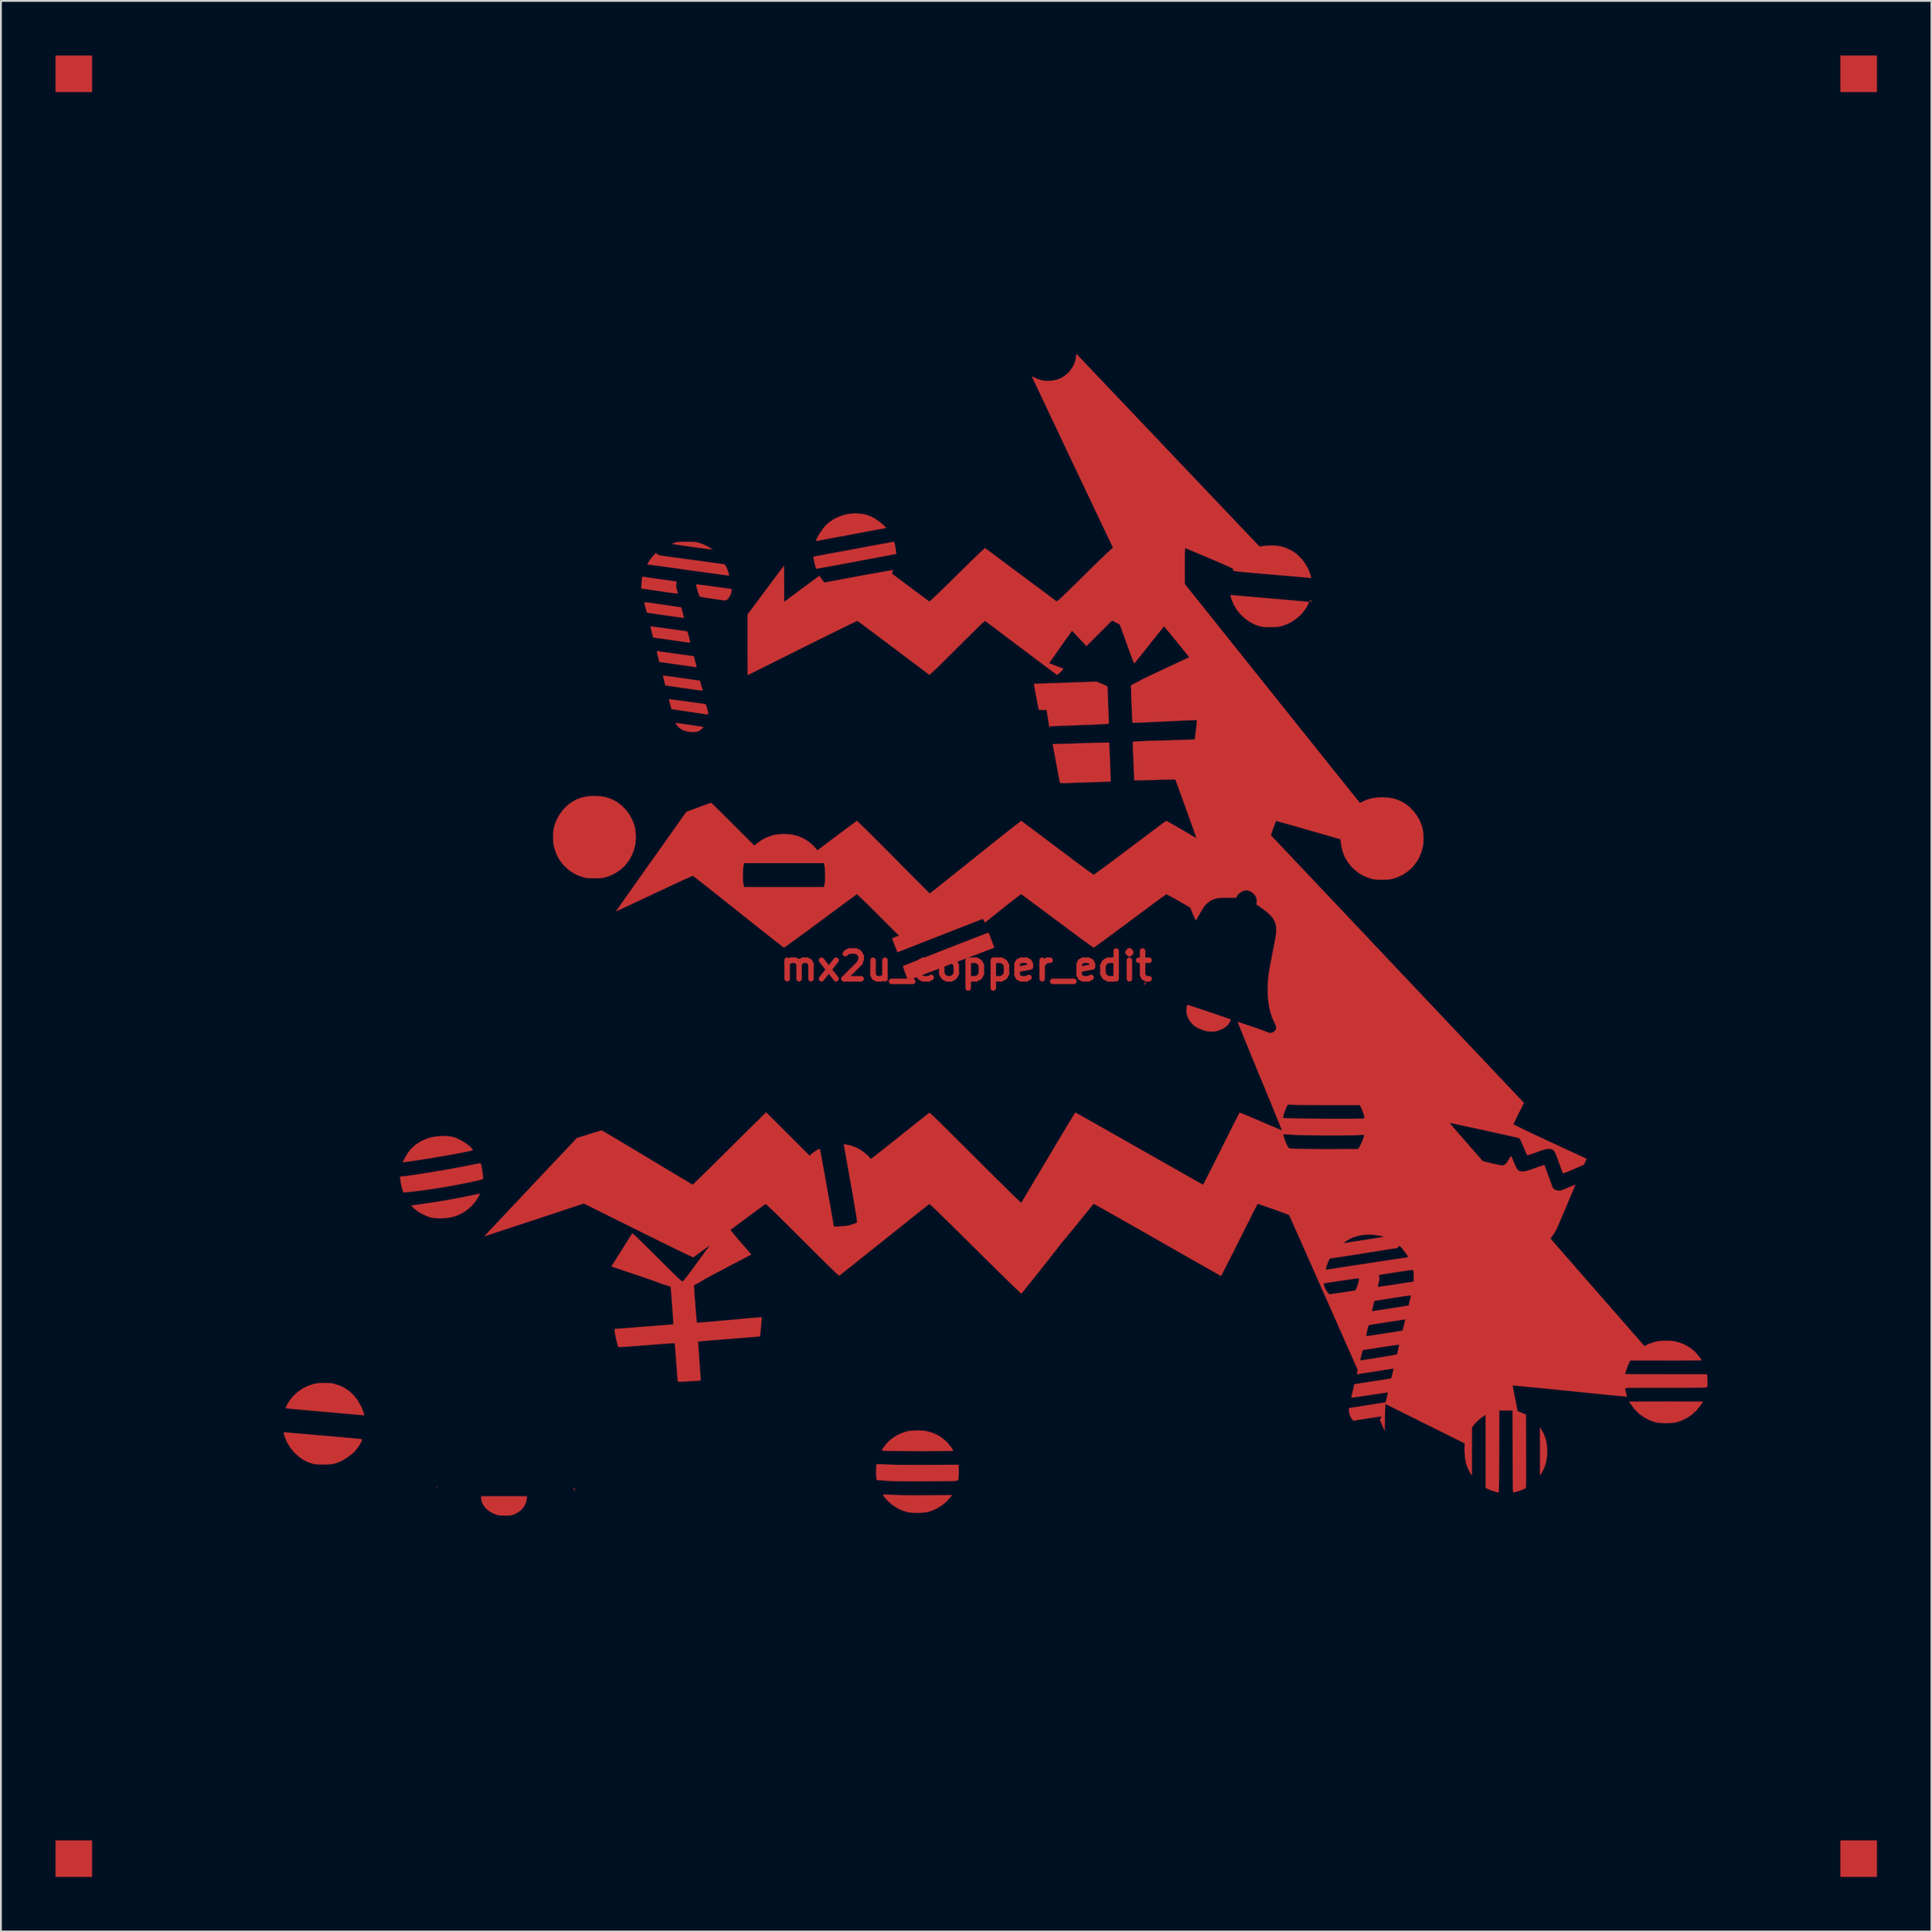
<source format=kicad_pcb>
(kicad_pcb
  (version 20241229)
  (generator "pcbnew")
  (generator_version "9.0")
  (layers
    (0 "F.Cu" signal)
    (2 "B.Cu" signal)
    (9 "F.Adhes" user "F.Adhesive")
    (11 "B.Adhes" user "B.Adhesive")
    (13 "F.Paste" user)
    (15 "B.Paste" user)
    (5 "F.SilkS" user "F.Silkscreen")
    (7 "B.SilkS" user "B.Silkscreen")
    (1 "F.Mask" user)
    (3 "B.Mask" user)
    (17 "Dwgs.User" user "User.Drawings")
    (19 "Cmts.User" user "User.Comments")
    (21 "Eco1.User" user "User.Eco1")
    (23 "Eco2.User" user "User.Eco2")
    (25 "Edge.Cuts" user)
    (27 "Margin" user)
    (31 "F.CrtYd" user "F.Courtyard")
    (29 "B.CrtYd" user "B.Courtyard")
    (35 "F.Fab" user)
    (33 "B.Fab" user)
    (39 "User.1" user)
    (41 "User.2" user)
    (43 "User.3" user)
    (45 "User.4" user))
  (footprint "mx2u_copper_edit"
    (layer "F.Cu")
    (at 50.022 50.022)
    (property "Reference" "mx2u_copper_edit" (at 0 0 0) (layer "F.Cu") (effects (font (size 1.524 1.524) (thickness 0.3))))
    (attr through_hole)
    (fp_poly (pts (xy -48.02 -48.02) (xy -50.017 -48.02) (xy -50.017 -50.017) (xy -48.02 -50.017) (xy -48.02 -48.02)) (stroke (width 0.01) (type solid)) (fill yes) (layer "F.Cu"))
    (fp_poly (pts (xy -48.02 50.017) (xy -50.017 50.017) (xy -50.017 48.02) (xy -48.02 48.02) (xy -48.02 50.017)) (stroke (width 0.01) (type solid)) (fill yes) (layer "F.Cu"))
    (fp_poly (pts (xy -29.09 28.622) (xy -29.103 28.635) (xy -29.115 28.622) (xy -29.103 28.61) (xy -29.09 28.622)) (stroke (width 0.01) (type solid)) (fill yes) (layer "F.Cu"))
    (fp_poly (pts (xy -29.039 28.597) (xy -29.052 28.61) (xy -29.065 28.597) (xy -29.052 28.584) (xy -29.039 28.597)) (stroke (width 0.01) (type solid)) (fill yes) (layer "F.Cu"))
    (fp_poly (pts (xy -13.926 -22.885) (xy -13.938 -22.873) (xy -13.951 -22.885) (xy -13.938 -22.898) (xy -13.926 -22.885)) (stroke (width 0.01) (type solid)) (fill yes) (layer "F.Cu"))
    (fp_poly (pts (xy 50.017 -48.02) (xy 48.02 -48.02) (xy 48.02 -50.017) (xy 50.017 -50.017) (xy 50.017 -48.02)) (stroke (width 0.01) (type solid)) (fill yes) (layer "F.Cu"))
    (fp_poly (pts (xy 50.017 50.017) (xy 48.02 50.017) (xy 48.02 48.02) (xy 50.017 48.02) (xy 50.017 50.017)) (stroke (width 0.01) (type solid)) (fill yes) (layer "F.Cu"))
    (fp_poly (pts (xy 18.932 -20.078) (xy 18.969 -20.042) (xy 18.98 -20.025) (xy 18.978 -20.019) (xy 18.961 -20.023) (xy 18.913 -20.042) (xy 18.909 -20.043) (xy 18.871 -20.07) (xy 18.868 -20.094) (xy 18.897 -20.102) (xy 18.932 -20.078)) (stroke (width 0.01) (type solid)) (fill yes) (layer "F.Cu"))
    (fp_poly (pts (xy -21.55 28.656) (xy -21.524 28.705) (xy -21.5 28.762) (xy -21.488 28.807) (xy -21.489 28.817) (xy -21.502 28.813) (xy -21.525 28.771) (xy -21.539 28.74) (xy -21.561 28.677) (xy -21.571 28.64) (xy -21.57 28.635) (xy -21.55 28.656)) (stroke (width 0.01) (type solid)) (fill yes) (layer "F.Cu"))
    (fp_poly (pts (xy 9.879 0.875) (xy 9.866 0.907) (xy 9.824 0.966) (xy 9.818 0.973) (xy 9.775 1.017) (xy 9.757 1.017) (xy 9.756 1.009) (xy 9.773 0.966) (xy 9.815 0.914) (xy 9.819 0.91) (xy 9.863 0.874) (xy 9.879 0.875)) (stroke (width 0.01) (type solid)) (fill yes) (layer "F.Cu"))
    (fp_poly (pts (xy 31.597 25.463) (xy 31.734 25.719) (xy 31.831 25.988) (xy 31.891 26.279) (xy 31.912 26.525) (xy 31.908 26.857) (xy 31.863 27.173) (xy 31.78 27.468) (xy 31.661 27.734) (xy 31.606 27.827) (xy 31.518 27.965) (xy 31.517 25.337) (xy 31.597 25.463)) (stroke (width 0.01) (type solid)) (fill yes) (layer "F.Cu"))
    (fp_poly (pts (xy -24.143 29.265) (xy -24.186 29.467) (xy -24.274 29.653) (xy -24.403 29.821) (xy -24.568 29.963) (xy -24.764 30.076) (xy -24.887 30.124) (xy -24.974 30.149) (xy -25.063 30.165) (xy -25.17 30.173) (xy -25.309 30.175) (xy -25.342 30.174) (xy -25.473 30.171) (xy -25.597 30.163) (xy -25.698 30.151) (xy -25.754 30.14) (xy -25.975 30.059) (xy -26.172 29.95) (xy -26.341 29.817) (xy -26.476 29.665) (xy -26.573 29.5) (xy -26.628 29.327) (xy -26.638 29.212) (xy -26.638 29.115) (xy -24.129 29.115) (xy -24.143 29.265)) (stroke (width 0.01) (type solid)) (fill yes) (layer "F.Cu"))
    (fp_poly (pts (xy 38.697 23.912) (xy 39.024 23.913) (xy 39.323 23.914) (xy 39.453 23.915) (xy 40.466 23.921) (xy 40.336 24.111) (xy 40.121 24.384) (xy 39.878 24.614) (xy 39.607 24.803) (xy 39.306 24.951) (xy 39.01 25.049) (xy 38.885 25.072) (xy 38.724 25.088) (xy 38.542 25.096) (xy 38.352 25.096) (xy 38.168 25.089) (xy 38.005 25.074) (xy 37.875 25.051) (xy 37.86 25.047) (xy 37.532 24.933) (xy 37.234 24.778) (xy 36.966 24.582) (xy 36.726 24.344) (xy 36.547 24.111) (xy 36.417 23.921) (xy 37.429 23.915) (xy 37.709 23.913) (xy 38.024 23.913) (xy 38.359 23.912) (xy 38.697 23.912)) (stroke (width 0.01) (type solid)) (fill yes) (layer "F.Cu"))
    (fp_poly (pts (xy -16.624 -15.958) (xy -16.554 -15.95) (xy -16.444 -15.935) (xy -16.3 -15.916) (xy -16.127 -15.893) (xy -15.931 -15.866) (xy -15.717 -15.836) (xy -15.634 -15.824) (xy -14.626 -15.682) (xy -14.555 -15.417) (xy -14.526 -15.309) (xy -14.502 -15.221) (xy -14.487 -15.163) (xy -14.482 -15.145) (xy -14.485 -15.143) (xy -14.498 -15.142) (xy -14.525 -15.143) (xy -14.57 -15.148) (xy -14.638 -15.157) (xy -14.733 -15.169) (xy -14.859 -15.187) (xy -15.021 -15.209) (xy -15.223 -15.238) (xy -15.47 -15.273) (xy -15.547 -15.284) (xy -16.524 -15.424) (xy -16.591 -15.689) (xy -16.617 -15.797) (xy -16.637 -15.885) (xy -16.649 -15.943) (xy -16.65 -15.96) (xy -16.624 -15.958)) (stroke (width 0.01) (type solid)) (fill yes) (layer "F.Cu"))
    (fp_poly (pts (xy -15.938 -13.36) (xy -15.87 -13.351) (xy -15.767 -13.337) (xy -15.637 -13.319) (xy -15.486 -13.297) (xy -15.322 -13.273) (xy -15.153 -13.248) (xy -14.987 -13.223) (xy -14.829 -13.2) (xy -14.69 -13.178) (xy -14.574 -13.16) (xy -14.491 -13.146) (xy -14.447 -13.137) (xy -14.442 -13.136) (xy -14.45 -13.113) (xy -14.49 -13.071) (xy -14.549 -13.019) (xy -14.617 -12.967) (xy -14.683 -12.925) (xy -14.696 -12.917) (xy -14.806 -12.881) (xy -14.949 -12.864) (xy -15.114 -12.868) (xy -15.287 -12.892) (xy -15.421 -12.924) (xy -15.589 -12.986) (xy -15.721 -13.066) (xy -15.832 -13.173) (xy -15.884 -13.239) (xy -15.929 -13.303) (xy -15.958 -13.348) (xy -15.964 -13.362) (xy -15.938 -13.36)) (stroke (width 0.01) (type solid)) (fill yes) (layer "F.Cu"))
    (fp_poly (pts (xy -16.951 -17.304) (xy -16.95 -17.304) (xy -16.913 -17.298) (xy -16.832 -17.286) (xy -16.713 -17.268) (xy -16.561 -17.246) (xy -16.382 -17.221) (xy -16.183 -17.193) (xy -15.968 -17.163) (xy -15.932 -17.158) (xy -14.968 -17.025) (xy -14.9 -16.771) (xy -14.871 -16.66) (xy -14.845 -16.564) (xy -14.827 -16.496) (xy -14.82 -16.472) (xy -14.823 -16.436) (xy -14.84 -16.431) (xy -14.872 -16.435) (xy -14.948 -16.445) (xy -15.063 -16.462) (xy -15.211 -16.482) (xy -15.387 -16.507) (xy -15.586 -16.535) (xy -15.801 -16.566) (xy -15.864 -16.575) (xy -16.854 -16.716) (xy -16.929 -17.016) (xy -16.96 -17.142) (xy -16.98 -17.226) (xy -16.988 -17.276) (xy -16.985 -17.301) (xy -16.973 -17.308) (xy -16.951 -17.304)) (stroke (width 0.01) (type solid)) (fill yes) (layer "F.Cu"))
    (fp_poly (pts (xy -4.468 29.021) (xy -4.362 29.024) (xy -4.228 29.029) (xy -4.075 29.037) (xy -4.027 29.04) (xy -3.855 29.047) (xy -3.637 29.054) (xy -3.378 29.058) (xy -3.083 29.061) (xy -2.756 29.063) (xy -2.403 29.062) (xy -2.144 29.061) (xy -0.787 29.052) (xy -0.852 29.14) (xy -1.06 29.38) (xy -1.305 29.59) (xy -1.58 29.766) (xy -1.881 29.904) (xy -2.11 29.977) (xy -2.235 30.001) (xy -2.396 30.016) (xy -2.578 30.024) (xy -2.768 30.025) (xy -2.952 30.017) (xy -3.115 30.002) (xy -3.245 29.98) (xy -3.26 29.976) (xy -3.557 29.875) (xy -3.825 29.743) (xy -4.076 29.571) (xy -4.279 29.395) (xy -4.353 29.32) (xy -4.426 29.238) (xy -4.49 29.158) (xy -4.539 29.089) (xy -4.566 29.041) (xy -4.567 29.023) (xy -4.539 29.021) (xy -4.468 29.021)) (stroke (width 0.01) (type solid)) (fill yes) (layer "F.Cu"))
    (fp_poly (pts (xy -15.173 -23.313) (xy -15.044 -23.311) (xy -14.945 -23.306) (xy -14.865 -23.297) (xy -14.794 -23.284) (xy -14.72 -23.265) (xy -14.647 -23.243) (xy -14.485 -23.186) (xy -14.323 -23.117) (xy -14.175 -23.042) (xy -14.056 -22.97) (xy -14.027 -22.948) (xy -13.964 -22.899) (xy -14.04 -22.902) (xy -14.081 -22.906) (xy -14.166 -22.916) (xy -14.29 -22.932) (xy -14.446 -22.952) (xy -14.63 -22.977) (xy -14.834 -23.004) (xy -15.054 -23.034) (xy -15.133 -23.045) (xy -15.353 -23.076) (xy -15.557 -23.106) (xy -15.739 -23.133) (xy -15.894 -23.156) (xy -16.017 -23.176) (xy -16.103 -23.191) (xy -16.146 -23.201) (xy -16.15 -23.203) (xy -16.127 -23.217) (xy -16.069 -23.239) (xy -15.985 -23.265) (xy -15.979 -23.267) (xy -15.905 -23.285) (xy -15.825 -23.298) (xy -15.73 -23.306) (xy -15.61 -23.311) (xy -15.455 -23.313) (xy -15.341 -23.314) (xy -15.173 -23.313)) (stroke (width 0.01) (type solid)) (fill yes) (layer "F.Cu"))
    (fp_poly (pts (xy -17.309 -18.66) (xy -17.24 -18.652) (xy -17.133 -18.639) (xy -16.996 -18.621) (xy -16.835 -18.6) (xy -16.656 -18.576) (xy -16.467 -18.55) (xy -16.272 -18.523) (xy -16.08 -18.497) (xy -15.895 -18.471) (xy -15.726 -18.447) (xy -15.578 -18.426) (xy -15.457 -18.408) (xy -15.371 -18.395) (xy -15.326 -18.387) (xy -15.321 -18.386) (xy -15.311 -18.36) (xy -15.292 -18.297) (xy -15.267 -18.208) (xy -15.239 -18.106) (xy -15.212 -18.003) (xy -15.188 -17.909) (xy -15.171 -17.838) (xy -15.164 -17.8) (xy -15.164 -17.799) (xy -15.176 -17.772) (xy -15.183 -17.77) (xy -15.212 -17.774) (xy -15.285 -17.785) (xy -15.397 -17.801) (xy -15.543 -17.822) (xy -15.717 -17.847) (xy -15.914 -17.875) (xy -16.128 -17.905) (xy -16.199 -17.916) (xy -17.196 -18.058) (xy -17.27 -18.356) (xy -17.298 -18.471) (xy -17.319 -18.567) (xy -17.332 -18.634) (xy -17.335 -18.662) (xy -17.335 -18.662) (xy -17.309 -18.66)) (stroke (width 0.01) (type solid)) (fill yes) (layer "F.Cu"))
    (fp_poly (pts (xy -14.799 -20.969) (xy -14.728 -20.962) (xy -14.617 -20.95) (xy -14.474 -20.932) (xy -14.302 -20.91) (xy -14.109 -20.885) (xy -13.899 -20.856) (xy -13.879 -20.853) (xy -13.667 -20.824) (xy -13.47 -20.797) (xy -13.294 -20.774) (xy -13.146 -20.754) (xy -13.029 -20.738) (xy -12.951 -20.728) (xy -12.917 -20.724) (xy -12.917 -20.724) (xy -12.897 -20.703) (xy -12.89 -20.653) (xy -12.91 -20.514) (xy -12.964 -20.369) (xy -13.046 -20.238) (xy -13.068 -20.21) (xy -13.134 -20.142) (xy -13.185 -20.106) (xy -13.237 -20.095) (xy -13.252 -20.095) (xy -13.298 -20.1) (xy -13.387 -20.111) (xy -13.51 -20.127) (xy -13.66 -20.147) (xy -13.828 -20.171) (xy -13.964 -20.191) (xy -14.138 -20.217) (xy -14.295 -20.242) (xy -14.43 -20.264) (xy -14.535 -20.282) (xy -14.603 -20.296) (xy -14.625 -20.302) (xy -14.647 -20.334) (xy -14.676 -20.403) (xy -14.71 -20.497) (xy -14.745 -20.605) (xy -14.778 -20.716) (xy -14.805 -20.819) (xy -14.823 -20.903) (xy -14.829 -20.957) (xy -14.826 -20.97) (xy -14.799 -20.969)) (stroke (width 0.01) (type solid)) (fill yes) (layer "F.Cu"))
    (fp_poly (pts (xy 12.18 2.13) (xy 12.249 2.152) (xy 12.354 2.187) (xy 12.491 2.232) (xy 12.653 2.286) (xy 12.834 2.347) (xy 13.03 2.413) (xy 13.234 2.481) (xy 13.442 2.551) (xy 13.646 2.621) (xy 13.843 2.687) (xy 14.025 2.749) (xy 14.188 2.805) (xy 14.325 2.852) (xy 14.432 2.889) (xy 14.503 2.914) (xy 14.531 2.925) (xy 14.532 2.925) (xy 14.527 2.95) (xy 14.504 3.007) (xy 14.471 3.073) (xy 14.381 3.211) (xy 14.266 3.325) (xy 14.116 3.421) (xy 13.942 3.498) (xy 13.826 3.542) (xy 13.735 3.568) (xy 13.65 3.582) (xy 13.551 3.587) (xy 13.47 3.587) (xy 13.342 3.583) (xy 13.237 3.571) (xy 13.131 3.548) (xy 13.005 3.508) (xy 12.981 3.5) (xy 12.746 3.405) (xy 12.553 3.291) (xy 12.396 3.152) (xy 12.269 2.985) (xy 12.208 2.875) (xy 12.13 2.684) (xy 12.094 2.505) (xy 12.099 2.328) (xy 12.107 2.285) (xy 12.124 2.202) (xy 12.141 2.144) (xy 12.153 2.123) (xy 12.18 2.13)) (stroke (width 0.01) (type solid)) (fill yes) (layer "F.Cu"))
    (fp_poly (pts (xy -5.772 -24.851) (xy -5.548 -24.81) (xy -5.431 -24.776) (xy -5.213 -24.689) (xy -5.011 -24.583) (xy -4.814 -24.449) (xy -4.609 -24.282) (xy -4.524 -24.205) (xy -4.45 -24.132) (xy -4.417 -24.086) (xy -4.423 -24.069) (xy -4.453 -24.063) (xy -4.53 -24.049) (xy -4.647 -24.027) (xy -4.803 -23.998) (xy -4.993 -23.963) (xy -5.212 -23.922) (xy -5.457 -23.876) (xy -5.725 -23.826) (xy -6.01 -23.773) (xy -6.306 -23.718) (xy -6.605 -23.662) (xy -6.891 -23.609) (xy -7.16 -23.559) (xy -7.407 -23.513) (xy -7.628 -23.471) (xy -7.819 -23.435) (xy -7.977 -23.405) (xy -8.097 -23.383) (xy -8.175 -23.368) (xy -8.207 -23.361) (xy -8.242 -23.355) (xy -8.252 -23.367) (xy -8.239 -23.408) (xy -8.224 -23.445) (xy -8.174 -23.549) (xy -8.099 -23.679) (xy -8.011 -23.821) (xy -7.915 -23.962) (xy -7.823 -24.087) (xy -7.746 -24.181) (xy -7.54 -24.373) (xy -7.296 -24.54) (xy -7.021 -24.677) (xy -6.722 -24.782) (xy -6.504 -24.833) (xy -6.266 -24.863) (xy -6.017 -24.869) (xy -5.772 -24.851)) (stroke (width 0.01) (type solid)) (fill yes) (layer "F.Cu"))
    (fp_poly (pts (xy -17.609 -19.988) (xy -17.532 -19.978) (xy -17.42 -19.963) (xy -17.279 -19.944) (xy -17.115 -19.921) (xy -16.934 -19.896) (xy -16.744 -19.869) (xy -16.551 -19.841) (xy -16.361 -19.814) (xy -16.181 -19.787) (xy -16.017 -19.763) (xy -15.876 -19.743) (xy -15.765 -19.726) (xy -15.689 -19.714) (xy -15.656 -19.708) (xy -15.655 -19.707) (xy -15.647 -19.682) (xy -15.628 -19.617) (xy -15.602 -19.524) (xy -15.573 -19.416) (xy -15.539 -19.28) (xy -15.521 -19.188) (xy -15.52 -19.141) (xy -15.526 -19.135) (xy -15.557 -19.139) (xy -15.633 -19.15) (xy -15.747 -19.166) (xy -15.894 -19.186) (xy -16.07 -19.211) (xy -16.268 -19.239) (xy -16.482 -19.269) (xy -16.542 -19.278) (xy -16.759 -19.309) (xy -16.959 -19.338) (xy -17.139 -19.364) (xy -17.291 -19.386) (xy -17.412 -19.404) (xy -17.494 -19.417) (xy -17.533 -19.424) (xy -17.536 -19.425) (xy -17.545 -19.45) (xy -17.564 -19.515) (xy -17.589 -19.609) (xy -17.615 -19.711) (xy -17.645 -19.832) (xy -17.663 -19.913) (xy -17.669 -19.96) (xy -17.664 -19.984) (xy -17.649 -19.991) (xy -17.643 -19.991) (xy -17.609 -19.988)) (stroke (width 0.01) (type solid)) (fill yes) (layer "F.Cu"))
    (fp_poly (pts (xy -16.303 -14.663) (xy -16.235 -14.656) (xy -16.131 -14.643) (xy -15.996 -14.625) (xy -15.836 -14.604) (xy -15.659 -14.58) (xy -15.471 -14.555) (xy -15.278 -14.529) (xy -15.087 -14.502) (xy -14.905 -14.477) (xy -14.737 -14.453) (xy -14.59 -14.432) (xy -14.471 -14.415) (xy -14.386 -14.402) (xy -14.342 -14.394) (xy -14.342 -14.394) (xy -14.315 -14.379) (xy -14.291 -14.343) (xy -14.267 -14.277) (xy -14.24 -14.171) (xy -14.234 -14.148) (xy -14.202 -14.009) (xy -14.184 -13.913) (xy -14.18 -13.855) (xy -14.188 -13.83) (xy -14.197 -13.827) (xy -14.226 -13.831) (xy -14.299 -13.842) (xy -14.411 -13.859) (xy -14.556 -13.88) (xy -14.73 -13.906) (xy -14.926 -13.935) (xy -15.139 -13.966) (xy -15.196 -13.975) (xy -15.412 -14.007) (xy -15.612 -14.037) (xy -15.791 -14.065) (xy -15.943 -14.088) (xy -16.063 -14.108) (xy -16.145 -14.122) (xy -16.183 -14.129) (xy -16.186 -14.13) (xy -16.195 -14.156) (xy -16.213 -14.219) (xy -16.237 -14.306) (xy -16.263 -14.404) (xy -16.288 -14.502) (xy -16.31 -14.586) (xy -16.323 -14.645) (xy -16.327 -14.665) (xy -16.303 -14.663)) (stroke (width 0.01) (type solid)) (fill yes) (layer "F.Cu"))
    (fp_poly (pts (xy -2.44 25.509) (xy -2.27 25.525) (xy -2.195 25.537) (xy -1.886 25.62) (xy -1.596 25.746) (xy -1.329 25.91) (xy -1.094 26.11) (xy -0.967 26.247) (xy -0.866 26.374) (xy -0.79 26.479) (xy -0.74 26.558) (xy -0.721 26.607) (xy -0.723 26.617) (xy -0.749 26.62) (xy -0.821 26.623) (xy -0.934 26.625) (xy -1.083 26.627) (xy -1.264 26.629) (xy -1.471 26.63) (xy -1.699 26.631) (xy -1.944 26.632) (xy -2.202 26.633) (xy -2.466 26.633) (xy -2.733 26.633) (xy -2.997 26.632) (xy -3.254 26.631) (xy -3.499 26.63) (xy -3.727 26.628) (xy -3.933 26.627) (xy -4.113 26.624) (xy -4.261 26.622) (xy -4.353 26.62) (xy -4.486 26.613) (xy -4.573 26.604) (xy -4.617 26.591) (xy -4.625 26.581) (xy -4.609 26.541) (xy -4.566 26.474) (xy -4.503 26.388) (xy -4.427 26.293) (xy -4.346 26.198) (xy -4.268 26.113) (xy -4.067 25.939) (xy -3.831 25.785) (xy -3.571 25.66) (xy -3.3 25.568) (xy -3.165 25.537) (xy -3.013 25.516) (xy -2.83 25.505) (xy -2.633 25.503) (xy -2.44 25.509)) (stroke (width 0.01) (type solid)) (fill yes) (layer "F.Cu"))
    (fp_poly (pts (xy 14.605 -20.379) (xy 14.644 -20.375) (xy 14.729 -20.368) (xy 14.857 -20.356) (xy 15.024 -20.342) (xy 15.225 -20.324) (xy 15.456 -20.304) (xy 15.714 -20.282) (xy 15.995 -20.258) (xy 16.295 -20.232) (xy 16.609 -20.205) (xy 16.754 -20.193) (xy 17.071 -20.166) (xy 17.374 -20.14) (xy 17.658 -20.115) (xy 17.92 -20.092) (xy 18.156 -20.071) (xy 18.362 -20.053) (xy 18.534 -20.037) (xy 18.67 -20.024) (xy 18.764 -20.015) (xy 18.814 -20.01) (xy 18.82 -20.008) (xy 18.818 -19.978) (xy 18.794 -19.915) (xy 18.753 -19.829) (xy 18.698 -19.732) (xy 18.641 -19.638) (xy 18.447 -19.383) (xy 18.214 -19.157) (xy 17.952 -18.963) (xy 17.666 -18.807) (xy 17.365 -18.695) (xy 17.302 -18.678) (xy 17.163 -18.652) (xy 16.991 -18.635) (xy 16.799 -18.626) (xy 16.602 -18.626) (xy 16.412 -18.634) (xy 16.246 -18.651) (xy 16.119 -18.675) (xy 15.832 -18.778) (xy 15.559 -18.924) (xy 15.304 -19.108) (xy 15.075 -19.324) (xy 14.876 -19.568) (xy 14.713 -19.832) (xy 14.592 -20.111) (xy 14.55 -20.248) (xy 14.513 -20.39) (xy 14.605 -20.379)) (stroke (width 0.01) (type solid)) (fill yes) (layer "F.Cu"))
    (fp_poly (pts (xy -28.54 9.335) (xy -28.309 9.36) (xy -28.167 9.39) (xy -27.989 9.452) (xy -27.799 9.54) (xy -27.609 9.647) (xy -27.431 9.766) (xy -27.277 9.889) (xy -27.158 10.01) (xy -27.145 10.025) (xy -27.11 10.073) (xy -27.106 10.097) (xy -27.132 10.113) (xy -27.136 10.114) (xy -27.193 10.131) (xy -27.296 10.156) (xy -27.438 10.186) (xy -27.615 10.222) (xy -27.823 10.261) (xy -28.055 10.305) (xy -28.307 10.351) (xy -28.573 10.398) (xy -28.85 10.446) (xy -29.132 10.494) (xy -29.413 10.541) (xy -29.689 10.586) (xy -29.955 10.628) (xy -30.206 10.667) (xy -30.376 10.692) (xy -30.556 10.718) (xy -30.693 10.738) (xy -30.793 10.751) (xy -30.86 10.76) (xy -30.902 10.764) (xy -30.924 10.763) (xy -30.933 10.76) (xy -30.935 10.754) (xy -30.935 10.752) (xy -30.924 10.724) (xy -30.896 10.663) (xy -30.856 10.58) (xy -30.845 10.558) (xy -30.676 10.27) (xy -30.479 10.022) (xy -30.25 9.812) (xy -29.989 9.639) (xy -29.69 9.501) (xy -29.525 9.443) (xy -29.298 9.386) (xy -29.049 9.349) (xy -28.791 9.332) (xy -28.54 9.335)) (stroke (width 0.01) (type solid)) (fill yes) (layer "F.Cu"))
    (fp_poly (pts (xy -35.032 22.898) (xy -34.871 22.912) (xy -34.76 22.93) (xy -34.444 23.025) (xy -34.152 23.163) (xy -33.888 23.343) (xy -33.651 23.565) (xy -33.444 23.827) (xy -33.267 24.127) (xy -33.236 24.191) (xy -33.186 24.303) (xy -33.142 24.414) (xy -33.106 24.515) (xy -33.081 24.596) (xy -33.072 24.649) (xy -33.078 24.664) (xy -33.106 24.662) (xy -33.179 24.655) (xy -33.296 24.645) (xy -33.452 24.631) (xy -33.644 24.614) (xy -33.868 24.595) (xy -34.119 24.573) (xy -34.395 24.548) (xy -34.692 24.522) (xy -35.006 24.495) (xy -35.229 24.476) (xy -35.552 24.447) (xy -35.86 24.42) (xy -36.151 24.394) (xy -36.419 24.37) (xy -36.661 24.348) (xy -36.875 24.328) (xy -37.055 24.311) (xy -37.198 24.298) (xy -37.301 24.287) (xy -37.36 24.28) (xy -37.373 24.278) (xy -37.371 24.247) (xy -37.347 24.184) (xy -37.306 24.099) (xy -37.253 24.003) (xy -37.192 23.905) (xy -37.177 23.883) (xy -36.973 23.626) (xy -36.735 23.401) (xy -36.467 23.212) (xy -36.177 23.063) (xy -35.87 22.958) (xy -35.714 22.924) (xy -35.57 22.905) (xy -35.398 22.895) (xy -35.213 22.893) (xy -35.032 22.898)) (stroke (width 0.01) (type solid)) (fill yes) (layer "F.Cu"))
    (fp_poly (pts (xy -26.721 12.517) (xy -26.749 12.578) (xy -26.801 12.678) (xy -26.805 12.685) (xy -26.978 12.949) (xy -27.19 13.189) (xy -27.435 13.399) (xy -27.706 13.573) (xy -27.995 13.705) (xy -28.118 13.746) (xy -28.321 13.794) (xy -28.548 13.828) (xy -28.783 13.846) (xy -29.015 13.847) (xy -29.227 13.833) (xy -29.406 13.801) (xy -29.41 13.8) (xy -29.554 13.753) (xy -29.72 13.684) (xy -29.888 13.603) (xy -30.041 13.518) (xy -30.11 13.474) (xy -30.176 13.424) (xy -30.253 13.362) (xy -30.33 13.297) (xy -30.399 13.235) (xy -30.45 13.185) (xy -30.473 13.156) (xy -30.473 13.152) (xy -30.446 13.146) (xy -30.377 13.135) (xy -30.272 13.119) (xy -30.138 13.099) (xy -29.983 13.078) (xy -29.897 13.066) (xy -29.69 13.036) (xy -29.452 13.001) (xy -29.202 12.963) (xy -28.959 12.925) (xy -28.744 12.889) (xy -28.736 12.888) (xy -28.584 12.862) (xy -28.409 12.83) (xy -28.217 12.795) (xy -28.014 12.757) (xy -27.807 12.717) (xy -27.601 12.677) (xy -27.404 12.638) (xy -27.22 12.602) (xy -27.057 12.568) (xy -26.921 12.539) (xy -26.817 12.517) (xy -26.753 12.501) (xy -26.734 12.495) (xy -26.717 12.491) (xy -26.721 12.517)) (stroke (width 0.01) (type solid)) (fill yes) (layer "F.Cu"))
    (fp_poly (pts (xy -17.745 -21.394) (xy -17.711 -21.387) (xy -17.633 -21.374) (xy -17.517 -21.356) (xy -17.369 -21.334) (xy -17.194 -21.309) (xy -16.999 -21.281) (xy -16.811 -21.255) (xy -16.604 -21.226) (xy -16.414 -21.2) (xy -16.246 -21.176) (xy -16.106 -21.155) (xy -15.999 -21.139) (xy -15.931 -21.128) (xy -15.908 -21.123) (xy -15.909 -21.096) (xy -15.92 -21.037) (xy -15.927 -21.008) (xy -15.938 -20.943) (xy -15.937 -20.876) (xy -15.922 -20.79) (xy -15.9 -20.704) (xy -15.875 -20.61) (xy -15.856 -20.535) (xy -15.847 -20.493) (xy -15.847 -20.489) (xy -15.85 -20.482) (xy -15.865 -20.477) (xy -15.894 -20.476) (xy -15.942 -20.479) (xy -16.014 -20.487) (xy -16.114 -20.499) (xy -16.246 -20.517) (xy -16.415 -20.541) (xy -16.625 -20.571) (xy -16.879 -20.608) (xy -16.908 -20.613) (xy -17.118 -20.643) (xy -17.311 -20.672) (xy -17.483 -20.697) (xy -17.627 -20.718) (xy -17.739 -20.734) (xy -17.812 -20.745) (xy -17.841 -20.749) (xy -17.841 -20.749) (xy -17.844 -20.772) (xy -17.843 -20.834) (xy -17.838 -20.923) (xy -17.831 -21.026) (xy -17.823 -21.131) (xy -17.813 -21.227) (xy -17.804 -21.302) (xy -17.802 -21.313) (xy -17.786 -21.376) (xy -17.764 -21.397) (xy -17.745 -21.394)) (stroke (width 0.01) (type solid)) (fill yes) (layer "F.Cu"))
    (fp_poly (pts (xy -20.088 -9.333) (xy -19.784 -9.279) (xy -19.502 -9.185) (xy -19.236 -9.05) (xy -19.155 -8.999) (xy -18.912 -8.811) (xy -18.693 -8.584) (xy -18.503 -8.326) (xy -18.348 -8.045) (xy -18.234 -7.75) (xy -18.222 -7.708) (xy -18.182 -7.52) (xy -18.158 -7.301) (xy -18.151 -7.07) (xy -18.161 -6.845) (xy -18.182 -6.677) (xy -18.263 -6.351) (xy -18.389 -6.047) (xy -18.556 -5.768) (xy -18.76 -5.517) (xy -19 -5.298) (xy -19.271 -5.114) (xy -19.572 -4.968) (xy -19.852 -4.875) (xy -19.978 -4.852) (xy -20.138 -4.836) (xy -20.32 -4.828) (xy -20.51 -4.828) (xy -20.694 -4.835) (xy -20.858 -4.85) (xy -20.987 -4.873) (xy -21.002 -4.877) (xy -21.325 -4.99) (xy -21.621 -5.144) (xy -21.887 -5.335) (xy -22.121 -5.56) (xy -22.319 -5.816) (xy -22.479 -6.1) (xy -22.597 -6.408) (xy -22.66 -6.677) (xy -22.685 -6.884) (xy -22.691 -7.111) (xy -22.681 -7.341) (xy -22.654 -7.556) (xy -22.62 -7.708) (xy -22.513 -8.005) (xy -22.363 -8.288) (xy -22.178 -8.55) (xy -21.962 -8.782) (xy -21.723 -8.975) (xy -21.688 -8.999) (xy -21.425 -9.147) (xy -21.15 -9.253) (xy -20.854 -9.32) (xy -20.53 -9.349) (xy -20.421 -9.351) (xy -20.088 -9.333)) (stroke (width 0.01) (type solid)) (fill yes) (layer "F.Cu"))
    (fp_poly (pts (xy -4.717 27.358) (xy -4.582 27.362) (xy -4.425 27.369) (xy -4.344 27.373) (xy -4.189 27.379) (xy -3.988 27.384) (xy -3.746 27.388) (xy -3.467 27.391) (xy -3.157 27.393) (xy -2.818 27.394) (xy -2.457 27.394) (xy -2.105 27.393) (xy -0.431 27.384) (xy -0.414 27.496) (xy -0.409 27.566) (xy -0.407 27.668) (xy -0.409 27.788) (xy -0.413 27.913) (xy -0.42 28.032) (xy -0.428 28.13) (xy -0.438 28.196) (xy -0.442 28.209) (xy -0.479 28.242) (xy -0.552 28.265) (xy -0.564 28.267) (xy -0.617 28.271) (xy -0.716 28.275) (xy -0.854 28.278) (xy -1.027 28.282) (xy -1.229 28.284) (xy -1.455 28.287) (xy -1.699 28.289) (xy -1.957 28.291) (xy -2.223 28.292) (xy -2.491 28.293) (xy -2.757 28.293) (xy -3.015 28.293) (xy -3.259 28.292) (xy -3.484 28.291) (xy -3.686 28.289) (xy -3.858 28.287) (xy -3.995 28.284) (xy -4.092 28.28) (xy -4.116 28.279) (xy -4.269 28.268) (xy -4.429 28.257) (xy -4.577 28.246) (xy -4.685 28.237) (xy -4.915 28.218) (xy -4.936 28.079) (xy -4.943 28.007) (xy -4.947 27.907) (xy -4.948 27.79) (xy -4.947 27.669) (xy -4.944 27.553) (xy -4.939 27.455) (xy -4.932 27.386) (xy -4.924 27.358) (xy -4.895 27.355) (xy -4.824 27.355) (xy -4.717 27.358)) (stroke (width 0.01) (type solid)) (fill yes) (layer "F.Cu"))
    (fp_poly (pts (xy -37.392 25.607) (xy -37.373 25.609) (xy -37.332 25.613) (xy -37.244 25.622) (xy -37.113 25.633) (xy -36.945 25.648) (xy -36.742 25.666) (xy -36.509 25.686) (xy -36.25 25.708) (xy -35.969 25.732) (xy -35.669 25.758) (xy -35.356 25.784) (xy -35.244 25.794) (xy -34.929 25.821) (xy -34.629 25.847) (xy -34.347 25.871) (xy -34.087 25.895) (xy -33.853 25.916) (xy -33.649 25.935) (xy -33.478 25.951) (xy -33.345 25.965) (xy -33.253 25.975) (xy -33.206 25.982) (xy -33.201 25.983) (xy -33.195 26.02) (xy -33.216 26.088) (xy -33.26 26.18) (xy -33.323 26.287) (xy -33.399 26.404) (xy -33.485 26.52) (xy -33.575 26.63) (xy -33.607 26.665) (xy -33.707 26.761) (xy -33.84 26.868) (xy -33.991 26.976) (xy -34.148 27.078) (xy -34.295 27.163) (xy -34.384 27.206) (xy -34.54 27.269) (xy -34.687 27.314) (xy -34.838 27.345) (xy -35.007 27.362) (xy -35.207 27.369) (xy -35.318 27.369) (xy -35.508 27.366) (xy -35.671 27.357) (xy -35.799 27.345) (xy -35.868 27.332) (xy -36.156 27.237) (xy -36.429 27.097) (xy -36.684 26.916) (xy -36.915 26.7) (xy -37.117 26.452) (xy -37.285 26.178) (xy -37.408 25.902) (xy -37.442 25.803) (xy -37.467 25.716) (xy -37.48 25.658) (xy -37.481 25.649) (xy -37.475 25.616) (xy -37.451 25.604) (xy -37.392 25.607)) (stroke (width 0.01) (type solid)) (fill yes) (layer "F.Cu"))
    (fp_poly (pts (xy -16.982 -22.635) (xy -16.908 -22.589) (xy -16.829 -22.561) (xy -16.828 -22.561) (xy -16.789 -22.555) (xy -16.704 -22.543) (xy -16.578 -22.526) (xy -16.415 -22.503) (xy -16.219 -22.476) (xy -15.995 -22.445) (xy -15.747 -22.411) (xy -15.48 -22.375) (xy -15.197 -22.337) (xy -15.05 -22.317) (xy -14.762 -22.278) (xy -14.488 -22.24) (xy -14.231 -22.205) (xy -13.997 -22.173) (xy -13.79 -22.144) (xy -13.613 -22.12) (xy -13.471 -22.1) (xy -13.369 -22.085) (xy -13.31 -22.077) (xy -13.298 -22.075) (xy -13.253 -22.043) (xy -13.202 -21.97) (xy -13.149 -21.864) (xy -13.099 -21.736) (xy -13.058 -21.602) (xy -13.039 -21.521) (xy -13.033 -21.478) (xy -13.042 -21.462) (xy -13.063 -21.46) (xy -13.094 -21.464) (xy -13.172 -21.474) (xy -13.291 -21.49) (xy -13.447 -21.512) (xy -13.637 -21.538) (xy -13.855 -21.568) (xy -14.098 -21.601) (xy -14.362 -21.638) (xy -14.642 -21.676) (xy -14.785 -21.696) (xy -15.088 -21.738) (xy -15.39 -21.78) (xy -15.685 -21.821) (xy -15.967 -21.86) (xy -16.23 -21.896) (xy -16.468 -21.929) (xy -16.674 -21.957) (xy -16.844 -21.981) (xy -16.97 -21.998) (xy -16.989 -22.001) (xy -17.511 -22.072) (xy -17.464 -22.164) (xy -17.414 -22.249) (xy -17.339 -22.355) (xy -17.252 -22.469) (xy -17.162 -22.575) (xy -17.128 -22.613) (xy -17.052 -22.694) (xy -16.982 -22.635)) (stroke (width 0.01) (type solid)) (fill yes) (layer "F.Cu"))
    (fp_poly (pts (xy -26.658 10.861) (xy -26.638 10.937) (xy -26.616 11.041) (xy -26.595 11.162) (xy -26.574 11.292) (xy -26.557 11.418) (xy -26.544 11.531) (xy -26.537 11.621) (xy -26.538 11.677) (xy -26.543 11.69) (xy -26.574 11.703) (xy -26.649 11.723) (xy -26.763 11.752) (xy -26.908 11.785) (xy -27.08 11.824) (xy -27.272 11.865) (xy -27.478 11.909) (xy -27.624 11.938) (xy -28.084 12.027) (xy -28.56 12.112) (xy -29.039 12.191) (xy -29.508 12.262) (xy -29.955 12.323) (xy -30.354 12.37) (xy -30.493 12.385) (xy -30.622 12.399) (xy -30.729 12.412) (xy -30.802 12.421) (xy -30.815 12.422) (xy -30.88 12.427) (xy -30.914 12.411) (xy -30.935 12.371) (xy -30.97 12.263) (xy -31.005 12.124) (xy -31.038 11.972) (xy -31.064 11.827) (xy -31.076 11.733) (xy -31.093 11.55) (xy -31.02 11.55) (xy -30.944 11.545) (xy -30.823 11.533) (xy -30.662 11.512) (xy -30.467 11.485) (xy -30.242 11.452) (xy -29.993 11.414) (xy -29.724 11.371) (xy -29.44 11.325) (xy -29.147 11.276) (xy -28.849 11.226) (xy -28.552 11.174) (xy -28.26 11.123) (xy -27.979 11.071) (xy -27.713 11.022) (xy -27.468 10.974) (xy -27.437 10.968) (xy -27.248 10.931) (xy -27.077 10.897) (xy -26.928 10.869) (xy -26.808 10.846) (xy -26.723 10.831) (xy -26.679 10.824) (xy -26.674 10.823) (xy -26.658 10.861)) (stroke (width 0.01) (type solid)) (fill yes) (layer "F.Cu"))
    (fp_poly (pts (xy -3.965 -23.289) (xy -3.936 -23.221) (xy -3.927 -23.189) (xy -3.91 -23.112) (xy -3.893 -23.014) (xy -3.877 -22.908) (xy -3.864 -22.806) (xy -3.855 -22.721) (xy -3.853 -22.664) (xy -3.855 -22.648) (xy -3.881 -22.642) (xy -3.952 -22.628) (xy -4.064 -22.606) (xy -4.212 -22.578) (xy -4.393 -22.544) (xy -4.602 -22.504) (xy -4.834 -22.46) (xy -5.086 -22.413) (xy -5.352 -22.363) (xy -5.629 -22.311) (xy -5.912 -22.258) (xy -6.197 -22.205) (xy -6.48 -22.152) (xy -6.755 -22.101) (xy -7.019 -22.052) (xy -7.268 -22.006) (xy -7.497 -21.964) (xy -7.701 -21.927) (xy -7.877 -21.895) (xy -8.02 -21.869) (xy -8.125 -21.85) (xy -8.189 -21.839) (xy -8.206 -21.837) (xy -8.244 -21.851) (xy -8.248 -21.856) (xy -8.262 -21.894) (xy -8.283 -21.968) (xy -8.307 -22.065) (xy -8.332 -22.17) (xy -8.353 -22.271) (xy -8.369 -22.354) (xy -8.373 -22.385) (xy -8.386 -22.491) (xy -8.256 -22.517) (xy -8.21 -22.526) (xy -8.122 -22.543) (xy -7.993 -22.567) (xy -7.83 -22.597) (xy -7.636 -22.634) (xy -7.416 -22.675) (xy -7.175 -22.72) (xy -6.916 -22.768) (xy -6.645 -22.818) (xy -6.365 -22.87) (xy -6.082 -22.923) (xy -5.8 -22.976) (xy -5.522 -23.027) (xy -5.255 -23.077) (xy -5.001 -23.124) (xy -4.766 -23.168) (xy -4.554 -23.207) (xy -4.369 -23.241) (xy -4.217 -23.269) (xy -4.101 -23.291) (xy -4.025 -23.305) (xy -3.995 -23.31) (xy -3.965 -23.289)) (stroke (width 0.01) (type solid)) (fill yes) (layer "F.Cu"))
    (fp_poly (pts (xy 7.846 -12.28) (xy 7.847 -12.28) (xy 7.85 -12.253) (xy 7.855 -12.182) (xy 7.86 -12.074) (xy 7.867 -11.935) (xy 7.875 -11.77) (xy 7.883 -11.588) (xy 7.891 -11.393) (xy 7.899 -11.192) (xy 7.907 -10.992) (xy 7.914 -10.799) (xy 7.92 -10.62) (xy 7.925 -10.461) (xy 7.929 -10.327) (xy 7.931 -10.227) (xy 7.932 -10.165) (xy 7.931 -10.148) (xy 7.905 -10.146) (xy 7.834 -10.143) (xy 7.724 -10.138) (xy 7.581 -10.133) (xy 7.41 -10.126) (xy 7.217 -10.119) (xy 7.008 -10.112) (xy 6.789 -10.104) (xy 6.565 -10.097) (xy 6.342 -10.089) (xy 6.126 -10.082) (xy 5.922 -10.076) (xy 5.736 -10.07) (xy 5.575 -10.065) (xy 5.443 -10.061) (xy 5.346 -10.059) (xy 5.291 -10.058) (xy 5.289 -10.058) (xy 5.21 -10.061) (xy 5.168 -10.073) (xy 5.148 -10.099) (xy 5.143 -10.116) (xy 5.136 -10.153) (xy 5.12 -10.234) (xy 5.097 -10.353) (xy 5.069 -10.504) (xy 5.035 -10.681) (xy 4.998 -10.88) (xy 4.959 -11.092) (xy 4.953 -11.12) (xy 4.913 -11.335) (xy 4.876 -11.536) (xy 4.842 -11.718) (xy 4.812 -11.874) (xy 4.789 -11.999) (xy 4.772 -12.086) (xy 4.764 -12.131) (xy 4.763 -12.133) (xy 4.75 -12.197) (xy 6.292 -12.245) (xy 6.566 -12.253) (xy 6.826 -12.26) (xy 7.065 -12.267) (xy 7.281 -12.272) (xy 7.468 -12.276) (xy 7.623 -12.279) (xy 7.74 -12.281) (xy 7.816 -12.281) (xy 7.846 -12.28)) (stroke (width 0.01) (type solid)) (fill yes) (layer "F.Cu"))
    (fp_poly (pts (xy 1.238 -1.814) (xy 1.263 -1.751) (xy 1.298 -1.66) (xy 1.34 -1.551) (xy 1.386 -1.432) (xy 1.43 -1.313) (xy 1.471 -1.203) (xy 1.504 -1.112) (xy 1.527 -1.048) (xy 1.535 -1.022) (xy 1.535 -1.022) (xy 1.505 -1.009) (xy 1.43 -0.979) (xy 1.311 -0.933) (xy 1.148 -0.87) (xy 0.943 -0.792) (xy 0.698 -0.699) (xy 0.414 -0.592) (xy 0.093 -0.471) (xy -0.264 -0.336) (xy -0.657 -0.188) (xy -0.821 -0.127) (xy -1.11 -0.018) (xy -1.393 0.089) (xy -1.664 0.192) (xy -1.92 0.289) (xy -2.155 0.379) (xy -2.364 0.46) (xy -2.544 0.53) (xy -2.688 0.587) (xy -2.793 0.629) (xy -2.835 0.646) (xy -2.953 0.696) (xy -3.053 0.738) (xy -3.128 0.768) (xy -3.167 0.783) (xy -3.171 0.783) (xy -3.191 0.763) (xy -3.21 0.727) (xy -3.252 0.624) (xy -3.298 0.506) (xy -3.344 0.382) (xy -3.387 0.262) (xy -3.424 0.153) (xy -3.452 0.067) (xy -3.466 0.011) (xy -3.467 -0.004) (xy -3.441 -0.016) (xy -3.373 -0.044) (xy -3.265 -0.088) (xy -3.122 -0.145) (xy -2.947 -0.215) (xy -2.745 -0.295) (xy -2.519 -0.384) (xy -2.273 -0.481) (xy -2.011 -0.584) (xy -1.737 -0.691) (xy -1.454 -0.802) (xy -1.168 -0.914) (xy -0.88 -1.027) (xy -0.596 -1.138) (xy -0.318 -1.246) (xy -0.052 -1.35) (xy 0.2 -1.447) (xy 0.433 -1.538) (xy 0.643 -1.619) (xy 0.827 -1.69) (xy 0.981 -1.749) (xy 1.101 -1.795) (xy 1.182 -1.825) (xy 1.222 -1.839) (xy 1.226 -1.84) (xy 1.238 -1.814)) (stroke (width 0.01) (type solid)) (fill yes) (layer "F.Cu"))
    (fp_poly (pts (xy 7.455 -15.506) (xy 7.583 -15.452) (xy 7.671 -15.412) (xy 7.725 -15.381) (xy 7.752 -15.354) (xy 7.759 -15.33) (xy 7.761 -15.294) (xy 7.763 -15.213) (xy 7.768 -15.093) (xy 7.774 -14.941) (xy 7.78 -14.762) (xy 7.788 -14.563) (xy 7.797 -14.349) (xy 7.797 -14.343) (xy 7.805 -14.128) (xy 7.813 -13.929) (xy 7.82 -13.749) (xy 7.826 -13.596) (xy 7.83 -13.476) (xy 7.833 -13.394) (xy 7.834 -13.356) (xy 7.834 -13.356) (xy 7.833 -13.345) (xy 7.828 -13.336) (xy 7.815 -13.328) (xy 7.79 -13.321) (xy 7.749 -13.314) (xy 7.69 -13.308) (xy 7.608 -13.302) (xy 7.5 -13.295) (xy 7.362 -13.289) (xy 7.19 -13.281) (xy 6.981 -13.272) (xy 6.731 -13.263) (xy 6.437 -13.252) (xy 6.219 -13.243) (xy 4.602 -13.183) (xy 4.595 -13.093) (xy 4.589 -13.089) (xy 4.577 -13.13) (xy 4.559 -13.211) (xy 4.537 -13.326) (xy 4.513 -13.469) (xy 4.501 -13.54) (xy 4.414 -14.077) (xy 4.204 -14.077) (xy 4.101 -14.078) (xy 4.037 -14.083) (xy 4.003 -14.094) (xy 3.987 -14.114) (xy 3.981 -14.134) (xy 3.97 -14.185) (xy 3.952 -14.274) (xy 3.929 -14.391) (xy 3.902 -14.531) (xy 3.873 -14.684) (xy 3.842 -14.844) (xy 3.813 -15.003) (xy 3.785 -15.152) (xy 3.76 -15.285) (xy 3.741 -15.393) (xy 3.728 -15.468) (xy 3.722 -15.504) (xy 3.722 -15.506) (xy 3.748 -15.508) (xy 3.82 -15.511) (xy 3.934 -15.515) (xy 4.086 -15.521) (xy 4.273 -15.528) (xy 4.489 -15.536) (xy 4.731 -15.545) (xy 4.995 -15.554) (xy 5.276 -15.564) (xy 5.44 -15.57) (xy 7.151 -15.629) (xy 7.455 -15.506)) (stroke (width 0.01) (type solid)) (fill yes) (layer "F.Cu"))
    (fp_poly (pts (xy 11.082 -28.337) (xy 16.112 -23.046) (xy 16.2 -23.061) (xy 16.262 -23.069) (xy 16.359 -23.08) (xy 16.477 -23.092) (xy 16.573 -23.1) (xy 16.915 -23.108) (xy 17.238 -23.069) (xy 17.544 -22.982) (xy 17.835 -22.849) (xy 18.058 -22.708) (xy 18.265 -22.535) (xy 18.459 -22.324) (xy 18.632 -22.087) (xy 18.775 -21.835) (xy 18.881 -21.58) (xy 18.913 -21.474) (xy 18.951 -21.328) (xy 18.745 -21.346) (xy 18.687 -21.351) (xy 18.582 -21.36) (xy 18.437 -21.373) (xy 18.254 -21.388) (xy 18.038 -21.407) (xy 17.794 -21.428) (xy 17.526 -21.451) (xy 17.238 -21.476) (xy 16.935 -21.502) (xy 16.622 -21.529) (xy 16.592 -21.531) (xy 16.231 -21.562) (xy 15.916 -21.589) (xy 15.646 -21.613) (xy 15.417 -21.634) (xy 15.224 -21.651) (xy 15.067 -21.667) (xy 14.94 -21.681) (xy 14.841 -21.694) (xy 14.767 -21.707) (xy 14.714 -21.719) (xy 14.68 -21.731) (xy 14.66 -21.744) (xy 14.653 -21.758) (xy 14.654 -21.774) (xy 14.66 -21.792) (xy 14.668 -21.811) (xy 14.662 -21.824) (xy 14.636 -21.843) (xy 14.585 -21.872) (xy 14.507 -21.911) (xy 14.4 -21.961) (xy 14.26 -22.023) (xy 14.084 -22.101) (xy 13.869 -22.193) (xy 13.613 -22.302) (xy 13.388 -22.398) (xy 13.146 -22.501) (xy 12.917 -22.597) (xy 12.705 -22.687) (xy 12.516 -22.767) (xy 12.352 -22.836) (xy 12.22 -22.892) (xy 12.122 -22.933) (xy 12.064 -22.957) (xy 12.049 -22.963) (xy 12.038 -22.965) (xy 12.029 -22.958) (xy 12.022 -22.937) (xy 12.016 -22.899) (xy 12.012 -22.839) (xy 12.009 -22.752) (xy 12.007 -22.633) (xy 12.006 -22.478) (xy 12.005 -22.283) (xy 12.005 -22.043) (xy 12.005 -21.984) (xy 12.006 -20.99) (xy 16.784 -15.013) (xy 17.17 -14.529) (xy 17.549 -14.055) (xy 17.918 -13.593) (xy 18.277 -13.145) (xy 18.624 -12.71) (xy 18.959 -12.292) (xy 19.279 -11.892) (xy 19.584 -11.511) (xy 19.872 -11.151) (xy 20.142 -10.813) (xy 20.394 -10.499) (xy 20.625 -10.211) (xy 20.834 -9.949) (xy 21.021 -9.716) (xy 21.184 -9.513) (xy 21.322 -9.341) (xy 21.433 -9.202) (xy 21.517 -9.098) (xy 21.572 -9.03) (xy 21.596 -9) (xy 21.597 -8.999) (xy 21.626 -8.979) (xy 21.662 -8.983) (xy 21.722 -9.012) (xy 21.732 -9.018) (xy 21.999 -9.14) (xy 22.297 -9.223) (xy 22.625 -9.268) (xy 22.847 -9.275) (xy 23.181 -9.258) (xy 23.485 -9.203) (xy 23.766 -9.109) (xy 24.032 -8.975) (xy 24.114 -8.923) (xy 24.356 -8.735) (xy 24.576 -8.508) (xy 24.766 -8.25) (xy 24.921 -7.97) (xy 25.034 -7.675) (xy 25.047 -7.633) (xy 25.086 -7.444) (xy 25.11 -7.225) (xy 25.117 -6.994) (xy 25.108 -6.769) (xy 25.087 -6.601) (xy 25.005 -6.275) (xy 24.879 -5.971) (xy 24.713 -5.692) (xy 24.508 -5.442) (xy 24.269 -5.223) (xy 23.997 -5.038) (xy 23.697 -4.892) (xy 23.416 -4.799) (xy 23.283 -4.774) (xy 23.115 -4.758) (xy 22.926 -4.75) (xy 22.732 -4.751) (xy 22.546 -4.76) (xy 22.383 -4.778) (xy 22.279 -4.799) (xy 21.958 -4.909) (xy 21.663 -5.059) (xy 21.397 -5.247) (xy 21.162 -5.469) (xy 20.962 -5.72) (xy 20.8 -5.999) (xy 20.68 -6.301) (xy 20.611 -6.585) (xy 20.593 -6.696) (xy 20.58 -6.799) (xy 20.573 -6.875) (xy 20.573 -6.89) (xy 20.57 -6.948) (xy 20.564 -6.975) (xy 20.563 -6.976) (xy 20.537 -6.982) (xy 20.467 -7.002) (xy 20.357 -7.034) (xy 20.209 -7.076) (xy 20.028 -7.128) (xy 19.817 -7.188) (xy 19.582 -7.256) (xy 19.325 -7.33) (xy 19.05 -7.41) (xy 18.801 -7.481) (xy 18.514 -7.564) (xy 18.24 -7.643) (xy 17.985 -7.715) (xy 17.751 -7.782) (xy 17.543 -7.84) (xy 17.365 -7.89) (xy 17.22 -7.93) (xy 17.113 -7.959) (xy 17.047 -7.975) (xy 17.026 -7.979) (xy 17.01 -7.954) (xy 16.981 -7.889) (xy 16.943 -7.792) (xy 16.898 -7.672) (xy 16.866 -7.583) (xy 16.73 -7.193) (xy 16.828 -7.091) (xy 16.853 -7.065) (xy 16.91 -7.004) (xy 17 -6.909) (xy 17.122 -6.781) (xy 17.273 -6.621) (xy 17.453 -6.431) (xy 17.66 -6.212) (xy 17.894 -5.964) (xy 18.153 -5.69) (xy 18.436 -5.391) (xy 18.742 -5.067) (xy 19.07 -4.721) (xy 19.417 -4.353) (xy 19.785 -3.965) (xy 20.17 -3.558) (xy 20.572 -3.132) (xy 20.989 -2.691) (xy 21.421 -2.234) (xy 21.867 -1.763) (xy 22.324 -1.279) (xy 22.792 -0.784) (xy 23.27 -0.278) (xy 23.757 0.236) (xy 23.779 0.26) (xy 30.631 7.508) (xy 30.339 8.091) (xy 30.261 8.248) (xy 30.191 8.39) (xy 30.133 8.51) (xy 30.089 8.603) (xy 30.062 8.662) (xy 30.055 8.681) (xy 30.099 8.708) (xy 30.187 8.756) (xy 30.319 8.822) (xy 30.492 8.907) (xy 30.705 9.01) (xy 30.957 9.131) (xy 31.246 9.267) (xy 31.571 9.419) (xy 31.93 9.587) (xy 32.322 9.768) (xy 32.35 9.781) (xy 32.626 9.909) (xy 32.888 10.03) (xy 33.132 10.143) (xy 33.356 10.247) (xy 33.556 10.339) (xy 33.727 10.419) (xy 33.868 10.484) (xy 33.973 10.533) (xy 34.039 10.564) (xy 34.063 10.576) (xy 34.063 10.576) (xy 34.057 10.6) (xy 34.035 10.658) (xy 34 10.738) (xy 33.999 10.742) (xy 33.927 10.901) (xy 33.36 11.147) (xy 33.169 11.229) (xy 33.019 11.291) (xy 32.909 11.333) (xy 32.833 11.358) (xy 32.789 11.366) (xy 32.774 11.361) (xy 32.761 11.329) (xy 32.733 11.257) (xy 32.694 11.151) (xy 32.645 11.018) (xy 32.59 10.866) (xy 32.553 10.764) (xy 32.486 10.579) (xy 32.432 10.435) (xy 32.389 10.327) (xy 32.353 10.247) (xy 32.322 10.19) (xy 32.292 10.148) (xy 32.262 10.116) (xy 32.21 10.071) (xy 32.163 10.047) (xy 32.102 10.036) (xy 32.01 10.034) (xy 32.003 10.034) (xy 31.937 10.036) (xy 31.872 10.043) (xy 31.798 10.059) (xy 31.707 10.084) (xy 31.591 10.122) (xy 31.441 10.174) (xy 31.339 10.211) (xy 31.19 10.264) (xy 31.056 10.309) (xy 30.946 10.345) (xy 30.866 10.369) (xy 30.825 10.378) (xy 30.821 10.378) (xy 30.804 10.353) (xy 30.771 10.288) (xy 30.726 10.191) (xy 30.673 10.068) (xy 30.614 9.928) (xy 30.606 9.91) (xy 30.541 9.753) (xy 30.491 9.636) (xy 30.453 9.553) (xy 30.423 9.498) (xy 30.398 9.464) (xy 30.373 9.444) (xy 30.345 9.433) (xy 30.328 9.428) (xy 30.267 9.414) (xy 30.165 9.39) (xy 30.026 9.358) (xy 29.856 9.32) (xy 29.658 9.276) (xy 29.438 9.226) (xy 29.199 9.174) (xy 28.948 9.118) (xy 28.687 9.061) (xy 28.422 9.002) (xy 28.158 8.945) (xy 27.898 8.888) (xy 27.649 8.833) (xy 27.413 8.782) (xy 27.197 8.735) (xy 27.003 8.694) (xy 26.838 8.659) (xy 26.706 8.631) (xy 26.611 8.611) (xy 26.557 8.601) (xy 26.547 8.6) (xy 26.562 8.62) (xy 26.606 8.675) (xy 26.678 8.761) (xy 26.775 8.875) (xy 26.892 9.012) (xy 27.029 9.171) (xy 27.181 9.346) (xy 27.346 9.535) (xy 27.453 9.658) (xy 28.37 10.706) (xy 28.85 10.826) (xy 29.006 10.864) (xy 29.153 10.896) (xy 29.28 10.922) (xy 29.378 10.939) (xy 29.437 10.945) (xy 29.438 10.945) (xy 29.534 10.926) (xy 29.624 10.87) (xy 29.711 10.773) (xy 29.8 10.63) (xy 29.82 10.592) (xy 29.862 10.513) (xy 29.892 10.462) (xy 29.917 10.442) (xy 29.941 10.457) (xy 29.971 10.509) (xy 30.011 10.601) (xy 30.063 10.729) (xy 30.137 10.903) (xy 30.199 11.036) (xy 30.255 11.133) (xy 30.309 11.199) (xy 30.368 11.24) (xy 30.438 11.262) (xy 30.522 11.271) (xy 30.586 11.272) (xy 30.649 11.269) (xy 30.715 11.26) (xy 30.794 11.242) (xy 30.894 11.213) (xy 31.022 11.171) (xy 31.186 11.114) (xy 31.246 11.092) (xy 31.395 11.039) (xy 31.527 10.994) (xy 31.635 10.957) (xy 31.713 10.932) (xy 31.752 10.922) (xy 31.755 10.922) (xy 31.765 10.947) (xy 31.791 11.013) (xy 31.828 11.114) (xy 31.876 11.244) (xy 31.931 11.395) (xy 31.98 11.531) (xy 32.041 11.698) (xy 32.097 11.851) (xy 32.146 11.983) (xy 32.186 12.087) (xy 32.213 12.156) (xy 32.224 12.182) (xy 32.277 12.239) (xy 32.365 12.288) (xy 32.468 12.322) (xy 32.563 12.334) (xy 32.626 12.327) (xy 32.708 12.306) (xy 32.817 12.267) (xy 32.96 12.21) (xy 33.059 12.167) (xy 33.187 12.112) (xy 33.298 12.066) (xy 33.383 12.032) (xy 33.436 12.012) (xy 33.45 12.009) (xy 33.442 12.033) (xy 33.416 12.099) (xy 33.375 12.2) (xy 33.321 12.332) (xy 33.255 12.49) (xy 33.18 12.668) (xy 33.099 12.861) (xy 33.014 13.064) (xy 32.926 13.272) (xy 32.838 13.479) (xy 32.752 13.68) (xy 32.67 13.871) (xy 32.595 14.045) (xy 32.529 14.197) (xy 32.474 14.324) (xy 32.432 14.418) (xy 32.405 14.475) (xy 32.402 14.482) (xy 32.359 14.558) (xy 32.299 14.656) (xy 32.232 14.758) (xy 32.218 14.778) (xy 32.092 14.961) (xy 32.152 15.032) (xy 32.175 15.058) (xy 32.229 15.121) (xy 32.314 15.218) (xy 32.425 15.346) (xy 32.563 15.504) (xy 32.725 15.689) (xy 32.908 15.899) (xy 33.112 16.132) (xy 33.334 16.387) (xy 33.573 16.66) (xy 33.826 16.95) (xy 34.092 17.254) (xy 34.369 17.571) (xy 34.655 17.898) (xy 34.734 17.988) (xy 37.256 20.873) (xy 37.337 20.825) (xy 37.448 20.769) (xy 37.592 20.712) (xy 37.75 20.66) (xy 37.904 20.619) (xy 37.957 20.608) (xy 38.108 20.588) (xy 38.291 20.577) (xy 38.488 20.574) (xy 38.681 20.581) (xy 38.852 20.597) (xy 38.927 20.609) (xy 39.199 20.681) (xy 39.466 20.791) (xy 39.715 20.931) (xy 39.935 21.095) (xy 40.03 21.184) (xy 40.099 21.259) (xy 40.174 21.346) (xy 40.247 21.437) (xy 40.312 21.521) (xy 40.361 21.59) (xy 40.385 21.634) (xy 40.387 21.641) (xy 40.362 21.644) (xy 40.291 21.646) (xy 40.177 21.649) (xy 40.024 21.652) (xy 39.835 21.654) (xy 39.616 21.656) (xy 39.369 21.657) (xy 39.098 21.658) (xy 38.807 21.659) (xy 38.501 21.659) (xy 38.43 21.66) (xy 36.472 21.66) (xy 36.384 21.843) (xy 36.349 21.924) (xy 36.309 22.027) (xy 36.269 22.139) (xy 36.234 22.247) (xy 36.207 22.338) (xy 36.193 22.399) (xy 36.192 22.411) (xy 36.217 22.412) (xy 36.288 22.413) (xy 36.403 22.414) (xy 36.558 22.415) (xy 36.749 22.415) (xy 36.972 22.416) (xy 37.225 22.417) (xy 37.503 22.417) (xy 37.803 22.417) (xy 38.121 22.418) (xy 38.438 22.418) (xy 40.684 22.418) (xy 40.7 22.512) (xy 40.707 22.586) (xy 40.712 22.686) (xy 40.715 22.8) (xy 40.715 22.914) (xy 40.712 23.014) (xy 40.706 23.085) (xy 40.7 23.111) (xy 40.694 23.118) (xy 40.679 23.124) (xy 40.652 23.129) (xy 40.61 23.134) (xy 40.549 23.137) (xy 40.468 23.141) (xy 40.362 23.143) (xy 40.23 23.146) (xy 40.066 23.147) (xy 39.87 23.149) (xy 39.637 23.149) (xy 39.365 23.15) (xy 39.05 23.15) (xy 38.689 23.151) (xy 38.438 23.151) (xy 38.05 23.151) (xy 37.709 23.151) (xy 37.413 23.151) (xy 37.158 23.152) (xy 36.941 23.152) (xy 36.759 23.154) (xy 36.609 23.155) (xy 36.488 23.157) (xy 36.393 23.16) (xy 36.321 23.163) (xy 36.268 23.167) (xy 36.232 23.172) (xy 36.21 23.178) (xy 36.197 23.184) (xy 36.193 23.191) (xy 36.192 23.197) (xy 36.198 23.243) (xy 36.214 23.322) (xy 36.237 23.419) (xy 36.242 23.441) (xy 36.265 23.534) (xy 36.281 23.604) (xy 36.287 23.641) (xy 36.287 23.644) (xy 36.261 23.642) (xy 36.188 23.635) (xy 36.072 23.624) (xy 35.913 23.608) (xy 35.717 23.589) (xy 35.486 23.566) (xy 35.222 23.539) (xy 34.929 23.51) (xy 34.61 23.478) (xy 34.269 23.444) (xy 33.907 23.407) (xy 33.528 23.369) (xy 33.153 23.331) (xy 32.761 23.292) (xy 32.383 23.254) (xy 32.021 23.217) (xy 31.68 23.184) (xy 31.362 23.152) (xy 31.07 23.124) (xy 30.808 23.098) (xy 30.577 23.076) (xy 30.382 23.057) (xy 30.225 23.043) (xy 30.11 23.033) (xy 30.039 23.027) (xy 30.015 23.026) (xy 30.017 23.053) (xy 30.028 23.122) (xy 30.047 23.229) (xy 30.073 23.366) (xy 30.104 23.528) (xy 30.14 23.707) (xy 30.147 23.742) (xy 30.29 24.448) (xy 30.518 24.538) (xy 30.745 24.629) (xy 30.752 26.636) (xy 30.753 27.002) (xy 30.754 27.321) (xy 30.754 27.596) (xy 30.754 27.83) (xy 30.754 28.028) (xy 30.753 28.191) (xy 30.751 28.324) (xy 30.749 28.429) (xy 30.746 28.51) (xy 30.742 28.57) (xy 30.738 28.613) (xy 30.732 28.642) (xy 30.726 28.66) (xy 30.718 28.671) (xy 30.714 28.675) (xy 30.66 28.705) (xy 30.572 28.744) (xy 30.465 28.786) (xy 30.353 28.825) (xy 30.252 28.856) (xy 30.227 28.862) (xy 30.148 28.882) (xy 30.085 28.899) (xy 30.069 28.904) (xy 30.062 28.904) (xy 30.055 28.897) (xy 30.049 28.882) (xy 30.044 28.853) (xy 30.04 28.809) (xy 30.036 28.747) (xy 30.033 28.662) (xy 30.03 28.553) (xy 30.028 28.416) (xy 30.026 28.248) (xy 30.024 28.047) (xy 30.023 27.808) (xy 30.022 27.529) (xy 30.021 27.207) (xy 30.019 26.839) (xy 30.019 26.659) (xy 30.012 24.402) (xy 29.28 24.402) (xy 29.273 26.657) (xy 29.272 26.99) (xy 29.27 27.308) (xy 29.269 27.608) (xy 29.266 27.885) (xy 29.264 28.137) (xy 29.262 28.36) (xy 29.259 28.55) (xy 29.256 28.703) (xy 29.253 28.817) (xy 29.251 28.887) (xy 29.248 28.911) (xy 29.213 28.903) (xy 29.151 28.888) (xy 29.14 28.885) (xy 28.895 28.811) (xy 28.694 28.732) (xy 28.667 28.719) (xy 28.534 28.657) (xy 28.534 24.641) (xy 28.427 24.708) (xy 28.202 24.871) (xy 27.994 25.068) (xy 27.913 25.161) (xy 27.776 25.328) (xy 27.775 26.647) (xy 27.774 27.965) (xy 27.686 27.827) (xy 27.551 27.568) (xy 27.453 27.277) (xy 27.394 26.957) (xy 27.375 26.611) (xy 27.376 26.532) (xy 27.384 26.211) (xy 25.204 25.124) (xy 24.894 24.97) (xy 24.597 24.822) (xy 24.317 24.682) (xy 24.055 24.552) (xy 23.816 24.434) (xy 23.602 24.328) (xy 23.417 24.236) (xy 23.263 24.161) (xy 23.144 24.102) (xy 23.063 24.063) (xy 23.023 24.044) (xy 23.019 24.042) (xy 23.017 24.068) (xy 23.015 24.138) (xy 23.012 24.246) (xy 23.008 24.385) (xy 23.005 24.549) (xy 23.001 24.732) (xy 23 24.78) (xy 22.986 25.512) (xy 22.855 25.215) (xy 22.723 24.919) (xy 22.776 24.83) (xy 22.806 24.772) (xy 22.818 24.734) (xy 22.817 24.729) (xy 22.79 24.73) (xy 22.72 24.739) (xy 22.611 24.753) (xy 22.472 24.774) (xy 22.307 24.799) (xy 22.122 24.827) (xy 22.037 24.841) (xy 21.268 24.964) (xy 21.198 24.885) (xy 21.124 24.775) (xy 21.067 24.635) (xy 21.033 24.487) (xy 21.028 24.406) (xy 21.028 24.273) (xy 21.893 24.138) (xy 22.103 24.106) (xy 22.303 24.074) (xy 22.486 24.046) (xy 22.645 24.021) (xy 22.773 24) (xy 22.863 23.986) (xy 22.9 23.98) (xy 23.042 23.955) (xy 23.105 23.686) (xy 23.131 23.576) (xy 23.15 23.487) (xy 23.162 23.428) (xy 23.164 23.409) (xy 23.138 23.411) (xy 23.068 23.42) (xy 22.959 23.436) (xy 22.816 23.456) (xy 22.644 23.482) (xy 22.449 23.511) (xy 22.236 23.543) (xy 22.164 23.554) (xy 21.946 23.587) (xy 21.745 23.617) (xy 21.564 23.644) (xy 21.411 23.665) (xy 21.289 23.682) (xy 21.205 23.693) (xy 21.164 23.697) (xy 21.161 23.696) (xy 21.163 23.67) (xy 21.175 23.603) (xy 21.196 23.505) (xy 21.223 23.384) (xy 21.237 23.324) (xy 21.323 22.961) (xy 22.326 22.807) (xy 22.545 22.773) (xy 22.748 22.741) (xy 22.93 22.712) (xy 23.085 22.686) (xy 23.209 22.665) (xy 23.295 22.649) (xy 23.339 22.64) (xy 23.343 22.638) (xy 23.354 22.61) (xy 23.373 22.546) (xy 23.396 22.458) (xy 23.42 22.36) (xy 23.443 22.262) (xy 23.461 22.178) (xy 23.472 22.121) (xy 23.473 22.101) (xy 23.448 22.103) (xy 23.378 22.113) (xy 23.268 22.129) (xy 23.125 22.151) (xy 22.953 22.177) (xy 22.758 22.208) (xy 22.545 22.241) (xy 22.468 22.253) (xy 22.25 22.288) (xy 22.048 22.319) (xy 21.868 22.347) (xy 21.714 22.37) (xy 21.592 22.388) (xy 21.508 22.4) (xy 21.466 22.405) (xy 21.462 22.405) (xy 21.464 22.379) (xy 21.475 22.321) (xy 21.483 22.288) (xy 21.511 22.176) (xy 21.27 21.632) (xy 21.639 21.632) (xy 21.641 21.655) (xy 21.678 21.657) (xy 21.699 21.653) (xy 21.741 21.646) (xy 21.826 21.632) (xy 21.949 21.612) (xy 22.104 21.588) (xy 22.284 21.559) (xy 22.484 21.528) (xy 22.698 21.494) (xy 22.708 21.492) (xy 22.92 21.459) (xy 23.115 21.427) (xy 23.289 21.397) (xy 23.436 21.371) (xy 23.55 21.35) (xy 23.626 21.334) (xy 23.658 21.324) (xy 23.659 21.324) (xy 23.672 21.29) (xy 23.69 21.221) (xy 23.713 21.131) (xy 23.735 21.031) (xy 23.756 20.935) (xy 23.771 20.854) (xy 23.779 20.801) (xy 23.778 20.788) (xy 23.752 20.789) (xy 23.681 20.797) (xy 23.571 20.812) (xy 23.427 20.832) (xy 23.255 20.857) (xy 23.06 20.886) (xy 22.847 20.918) (xy 22.783 20.928) (xy 22.566 20.961) (xy 22.365 20.991) (xy 22.185 21.019) (xy 22.032 21.042) (xy 21.911 21.06) (xy 21.827 21.072) (xy 21.786 21.078) (xy 21.784 21.078) (xy 21.772 21.101) (xy 21.753 21.163) (xy 21.73 21.255) (xy 21.71 21.337) (xy 21.685 21.448) (xy 21.662 21.543) (xy 21.646 21.609) (xy 21.639 21.632) (xy 21.27 21.632) (xy 20.681 20.301) (xy 21.963 20.301) (xy 21.964 20.308) (xy 21.972 20.313) (xy 21.99 20.315) (xy 22.024 20.314) (xy 22.077 20.309) (xy 22.154 20.299) (xy 22.259 20.285) (xy 22.397 20.264) (xy 22.572 20.238) (xy 22.79 20.205) (xy 23.005 20.172) (xy 23.219 20.139) (xy 23.416 20.108) (xy 23.592 20.08) (xy 23.74 20.055) (xy 23.856 20.036) (xy 23.934 20.022) (xy 23.968 20.015) (xy 23.969 20.015) (xy 23.979 19.987) (xy 23.997 19.921) (xy 24.022 19.824) (xy 24.051 19.708) (xy 24.054 19.695) (xy 24.085 19.567) (xy 24.104 19.481) (xy 24.112 19.429) (xy 24.11 19.402) (xy 24.098 19.395) (xy 24.078 19.397) (xy 24.076 19.398) (xy 24.039 19.404) (xy 23.959 19.418) (xy 23.84 19.437) (xy 23.69 19.461) (xy 23.514 19.489) (xy 23.318 19.519) (xy 23.125 19.549) (xy 22.916 19.582) (xy 22.72 19.613) (xy 22.544 19.641) (xy 22.393 19.665) (xy 22.275 19.684) (xy 22.195 19.697) (xy 22.161 19.703) (xy 22.131 19.712) (xy 22.108 19.731) (xy 22.088 19.77) (xy 22.068 19.836) (xy 22.042 19.938) (xy 22.028 19.999) (xy 22.002 20.113) (xy 21.981 20.208) (xy 21.967 20.275) (xy 21.963 20.301) (xy 20.681 20.301) (xy 20.067 18.914) (xy 22.292 18.914) (xy 22.301 18.947) (xy 22.34 18.951) (xy 22.361 18.948) (xy 22.401 18.941) (xy 22.485 18.927) (xy 22.607 18.908) (xy 22.761 18.883) (xy 22.941 18.855) (xy 23.141 18.823) (xy 23.355 18.789) (xy 23.369 18.787) (xy 24.307 18.64) (xy 24.371 18.362) (xy 24.396 18.251) (xy 24.416 18.159) (xy 24.427 18.098) (xy 24.429 18.077) (xy 24.404 18.079) (xy 24.335 18.088) (xy 24.229 18.103) (xy 24.092 18.123) (xy 23.931 18.147) (xy 23.753 18.174) (xy 23.564 18.202) (xy 23.37 18.232) (xy 23.178 18.262) (xy 22.995 18.29) (xy 22.826 18.317) (xy 22.679 18.341) (xy 22.559 18.36) (xy 22.473 18.375) (xy 22.429 18.383) (xy 22.423 18.385) (xy 22.412 18.414) (xy 22.393 18.48) (xy 22.369 18.569) (xy 22.344 18.669) (xy 22.321 18.767) (xy 22.302 18.849) (xy 22.293 18.904) (xy 22.292 18.914) (xy 20.067 18.914) (xy 19.628 17.922) (xy 19.433 17.482) (xy 19.413 17.435) (xy 19.639 17.435) (xy 19.643 17.495) (xy 19.666 17.584) (xy 19.685 17.64) (xy 19.731 17.739) (xy 19.788 17.836) (xy 19.851 17.923) (xy 19.91 17.987) (xy 19.958 18.019) (xy 19.968 18.02) (xy 20.005 18.016) (xy 20.085 18.006) (xy 20.201 17.99) (xy 20.345 17.969) (xy 20.51 17.944) (xy 20.677 17.919) (xy 20.854 17.892) (xy 21.015 17.868) (xy 21.153 17.847) (xy 21.261 17.831) (xy 21.332 17.821) (xy 21.359 17.818) (xy 21.385 17.795) (xy 21.418 17.733) (xy 21.456 17.644) (xy 21.473 17.595) (xy 22.598 17.595) (xy 22.602 17.604) (xy 22.617 17.609) (xy 22.648 17.61) (xy 22.698 17.606) (xy 22.772 17.598) (xy 22.875 17.584) (xy 23.011 17.565) (xy 23.183 17.539) (xy 23.398 17.507) (xy 23.643 17.469) (xy 24.579 17.325) (xy 24.586 17.119) (xy 24.587 17.002) (xy 24.582 16.887) (xy 24.573 16.797) (xy 24.572 16.79) (xy 24.556 16.716) (xy 24.535 16.681) (xy 24.505 16.674) (xy 24.502 16.674) (xy 24.464 16.679) (xy 24.383 16.691) (xy 24.267 16.709) (xy 24.123 16.731) (xy 23.957 16.756) (xy 23.778 16.783) (xy 23.593 16.812) (xy 23.409 16.84) (xy 23.232 16.867) (xy 23.071 16.892) (xy 22.933 16.914) (xy 22.824 16.931) (xy 22.753 16.942) (xy 22.731 16.946) (xy 22.682 16.957) (xy 22.664 16.978) (xy 22.67 17.024) (xy 22.679 17.059) (xy 22.691 17.126) (xy 22.689 17.201) (xy 22.672 17.3) (xy 22.659 17.355) (xy 22.636 17.452) (xy 22.616 17.532) (xy 22.603 17.579) (xy 22.601 17.584) (xy 22.598 17.595) (xy 21.473 17.595) (xy 21.494 17.537) (xy 21.53 17.422) (xy 21.559 17.312) (xy 21.578 17.215) (xy 21.584 17.152) (xy 21.57 17.146) (xy 21.526 17.145) (xy 21.45 17.151) (xy 21.338 17.164) (xy 21.187 17.184) (xy 20.994 17.212) (xy 20.755 17.247) (xy 20.63 17.266) (xy 20.416 17.299) (xy 20.218 17.329) (xy 20.041 17.356) (xy 19.891 17.379) (xy 19.774 17.396) (xy 19.694 17.408) (xy 19.658 17.413) (xy 19.657 17.413) (xy 19.639 17.435) (xy 19.413 17.435) (xy 19.244 17.055) (xy 19.069 16.66) (xy 19.754 16.66) (xy 19.762 16.677) (xy 19.784 16.675) (xy 19.785 16.675) (xy 19.815 16.67) (xy 19.893 16.657) (xy 20.012 16.638) (xy 20.171 16.614) (xy 20.366 16.584) (xy 20.592 16.549) (xy 20.846 16.51) (xy 21.125 16.467) (xy 21.425 16.421) (xy 21.742 16.373) (xy 22.055 16.325) (xy 24.283 15.987) (xy 24.236 15.894) (xy 24.196 15.828) (xy 24.132 15.738) (xy 24.055 15.636) (xy 23.975 15.535) (xy 23.901 15.448) (xy 23.844 15.388) (xy 23.839 15.383) (xy 23.8 15.353) (xy 23.778 15.358) (xy 23.759 15.389) (xy 23.715 15.443) (xy 23.683 15.467) (xy 23.653 15.473) (xy 23.578 15.487) (xy 23.463 15.507) (xy 23.312 15.532) (xy 23.131 15.561) (xy 22.924 15.595) (xy 22.695 15.632) (xy 22.451 15.671) (xy 22.195 15.711) (xy 21.932 15.753) (xy 21.668 15.795) (xy 21.406 15.835) (xy 21.153 15.875) (xy 20.912 15.912) (xy 20.688 15.947) (xy 20.487 15.977) (xy 20.313 16.003) (xy 20.171 16.024) (xy 20.065 16.039) (xy 20.001 16.047) (xy 19.985 16.049) (xy 19.962 16.071) (xy 19.928 16.13) (xy 19.888 16.215) (xy 19.848 16.315) (xy 19.811 16.418) (xy 19.783 16.513) (xy 19.778 16.532) (xy 19.759 16.615) (xy 19.754 16.66) (xy 19.069 16.66) (xy 19.061 16.642) (xy 18.886 16.247) (xy 18.72 15.87) (xy 18.562 15.516) (xy 18.426 15.208) (xy 20.732 15.208) (xy 20.75 15.212) (xy 20.775 15.208) (xy 20.813 15.202) (xy 20.895 15.188) (xy 21.017 15.17) (xy 21.171 15.146) (xy 21.353 15.118) (xy 21.557 15.086) (xy 21.778 15.053) (xy 21.892 15.036) (xy 22.115 15.001) (xy 22.322 14.969) (xy 22.507 14.939) (xy 22.666 14.913) (xy 22.792 14.891) (xy 22.882 14.874) (xy 22.929 14.863) (xy 22.935 14.86) (xy 22.903 14.844) (xy 22.828 14.824) (xy 22.718 14.802) (xy 22.58 14.78) (xy 22.424 14.758) (xy 22.104 14.738) (xy 21.788 14.759) (xy 21.484 14.819) (xy 21.198 14.917) (xy 20.941 15.051) (xy 20.893 15.082) (xy 20.801 15.146) (xy 20.748 15.187) (xy 20.732 15.208) (xy 18.426 15.208) (xy 18.416 15.185) (xy 18.281 14.881) (xy 18.158 14.605) (xy 18.049 14.36) (xy 17.955 14.148) (xy 17.876 13.971) (xy 17.814 13.832) (xy 17.77 13.732) (xy 17.744 13.675) (xy 17.737 13.662) (xy 17.708 13.648) (xy 17.638 13.621) (xy 17.534 13.582) (xy 17.402 13.534) (xy 17.25 13.479) (xy 17.083 13.419) (xy 16.908 13.357) (xy 16.732 13.295) (xy 16.562 13.235) (xy 16.402 13.18) (xy 16.262 13.132) (xy 16.145 13.093) (xy 16.06 13.065) (xy 16.013 13.051) (xy 16.006 13.05) (xy 15.991 13.074) (xy 15.957 13.14) (xy 15.902 13.245) (xy 15.831 13.385) (xy 15.743 13.557) (xy 15.641 13.758) (xy 15.527 13.985) (xy 15.402 14.234) (xy 15.267 14.502) (xy 15.125 14.786) (xy 15 15.036) (xy 14.853 15.33) (xy 14.712 15.612) (xy 14.579 15.876) (xy 14.455 16.121) (xy 14.343 16.343) (xy 14.243 16.539) (xy 14.158 16.705) (xy 14.089 16.838) (xy 14.038 16.935) (xy 14.006 16.993) (xy 13.996 17.009) (xy 13.972 16.997) (xy 13.907 16.961) (xy 13.803 16.902) (xy 13.662 16.823) (xy 13.486 16.723) (xy 13.278 16.606) (xy 13.041 16.471) (xy 12.775 16.321) (xy 12.485 16.156) (xy 12.172 15.978) (xy 11.839 15.788) (xy 11.488 15.588) (xy 11.121 15.379) (xy 10.741 15.162) (xy 10.499 15.024) (xy 10.112 14.803) (xy 9.736 14.589) (xy 9.375 14.383) (xy 9.03 14.187) (xy 8.704 14.002) (xy 8.4 13.83) (xy 8.119 13.671) (xy 7.864 13.526) (xy 7.637 13.399) (xy 7.441 13.289) (xy 7.278 13.197) (xy 7.15 13.126) (xy 7.061 13.077) (xy 7.011 13.051) (xy 7.001 13.046) (xy 6.982 13.067) (xy 6.934 13.123) (xy 6.861 13.211) (xy 6.765 13.327) (xy 6.651 13.468) (xy 6.52 13.629) (xy 6.376 13.806) (xy 6.223 13.996) (xy 6.198 14.027) (xy 6.039 14.224) (xy 5.886 14.413) (xy 5.742 14.589) (xy 5.611 14.748) (xy 5.497 14.886) (xy 5.404 14.998) (xy 5.334 15.079) (xy 5.293 15.126) (xy 5.292 15.127) (xy 5.223 15.203) (xy 5.164 15.278) (xy 5.131 15.329) (xy 5.111 15.357) (xy 5.063 15.42) (xy 4.99 15.514) (xy 4.895 15.636) (xy 4.782 15.781) (xy 4.652 15.946) (xy 4.511 16.125) (xy 4.361 16.316) (xy 4.204 16.513) (xy 4.046 16.713) (xy 3.887 16.913) (xy 3.733 17.107) (xy 3.586 17.292) (xy 3.449 17.463) (xy 3.325 17.618) (xy 3.218 17.75) (xy 3.131 17.858) (xy 3.068 17.936) (xy 3.03 17.98) (xy 3.03 17.98) (xy 3.01 17.965) (xy 2.956 17.917) (xy 2.87 17.836) (xy 2.754 17.726) (xy 2.61 17.587) (xy 2.44 17.423) (xy 2.246 17.234) (xy 2.03 17.022) (xy 1.793 16.79) (xy 1.538 16.539) (xy 1.267 16.271) (xy 0.981 15.989) (xy 0.682 15.694) (xy 0.507 15.52) (xy 0.107 15.123) (xy -0.258 14.762) (xy -0.588 14.436) (xy -0.883 14.145) (xy -1.144 13.89) (xy -1.37 13.669) (xy -1.563 13.482) (xy -1.722 13.33) (xy -1.847 13.211) (xy -1.939 13.126) (xy -1.999 13.075) (xy -2.025 13.057) (xy -2.026 13.057) (xy -2.05 13.075) (xy -2.11 13.122) (xy -2.205 13.198) (xy -2.333 13.299) (xy -2.49 13.424) (xy -2.675 13.57) (xy -2.884 13.737) (xy -3.116 13.922) (xy -3.368 14.123) (xy -3.638 14.339) (xy -3.924 14.566) (xy -4.222 14.804) (xy -4.499 15.025) (xy -4.806 15.271) (xy -5.103 15.508) (xy -5.387 15.734) (xy -5.656 15.948) (xy -5.906 16.148) (xy -6.136 16.331) (xy -6.343 16.496) (xy -6.526 16.641) (xy -6.68 16.764) (xy -6.804 16.862) (xy -6.896 16.935) (xy -6.953 16.98) (xy -6.973 16.995) (xy -6.991 16.986) (xy -7.033 16.953) (xy -7.1 16.893) (xy -7.194 16.806) (xy -7.315 16.69) (xy -7.464 16.546) (xy -7.642 16.372) (xy -7.851 16.166) (xy -8.092 15.928) (xy -8.364 15.657) (xy -8.67 15.352) (xy -8.997 15.025) (xy -9.334 14.689) (xy -9.637 14.387) (xy -9.906 14.12) (xy -10.143 13.885) (xy -10.349 13.682) (xy -10.526 13.509) (xy -10.673 13.366) (xy -10.793 13.252) (xy -10.887 13.164) (xy -10.956 13.103) (xy -11 13.067) (xy -11.021 13.055) (xy -11.023 13.055) (xy -11.05 13.074) (xy -11.112 13.12) (xy -11.206 13.188) (xy -11.324 13.275) (xy -11.464 13.378) (xy -11.619 13.493) (xy -11.784 13.615) (xy -11.956 13.742) (xy -12.128 13.87) (xy -12.297 13.995) (xy -12.456 14.113) (xy -12.601 14.221) (xy -12.728 14.315) (xy -12.83 14.392) (xy -12.904 14.447) (xy -12.944 14.478) (xy -12.949 14.482) (xy -12.938 14.505) (xy -12.897 14.561) (xy -12.83 14.647) (xy -12.74 14.756) (xy -12.631 14.886) (xy -12.506 15.031) (xy -12.388 15.167) (xy -12.253 15.322) (xy -12.129 15.464) (xy -12.02 15.59) (xy -11.93 15.694) (xy -11.863 15.773) (xy -11.822 15.822) (xy -11.81 15.837) (xy -11.833 15.849) (xy -11.897 15.882) (xy -11.997 15.935) (xy -12.13 16.005) (xy -12.292 16.09) (xy -12.479 16.188) (xy -12.687 16.297) (xy -12.912 16.415) (xy -13.104 16.516) (xy -13.341 16.64) (xy -13.563 16.757) (xy -13.768 16.866) (xy -13.952 16.963) (xy -14.11 17.048) (xy -14.238 17.117) (xy -14.333 17.168) (xy -14.39 17.201) (xy -14.406 17.211) (xy -14.432 17.23) (xy -14.493 17.268) (xy -14.581 17.318) (xy -14.684 17.376) (xy -14.787 17.433) (xy -14.873 17.48) (xy -14.932 17.513) (xy -14.956 17.527) (xy -14.956 17.527) (xy -14.956 17.553) (xy -14.953 17.623) (xy -14.946 17.73) (xy -14.937 17.868) (xy -14.926 18.031) (xy -14.913 18.211) (xy -14.898 18.403) (xy -14.883 18.6) (xy -14.868 18.796) (xy -14.853 18.983) (xy -14.839 19.156) (xy -14.826 19.309) (xy -14.815 19.433) (xy -14.806 19.524) (xy -14.8 19.575) (xy -14.798 19.583) (xy -14.771 19.583) (xy -14.698 19.579) (xy -14.582 19.57) (xy -14.429 19.558) (xy -14.241 19.543) (xy -14.024 19.525) (xy -13.78 19.504) (xy -13.515 19.48) (xy -13.231 19.455) (xy -13.016 19.435) (xy -12.722 19.409) (xy -12.444 19.384) (xy -12.184 19.361) (xy -11.947 19.341) (xy -11.737 19.323) (xy -11.559 19.308) (xy -11.415 19.297) (xy -11.311 19.29) (xy -11.25 19.286) (xy -11.235 19.287) (xy -11.235 19.313) (xy -11.238 19.381) (xy -11.245 19.481) (xy -11.255 19.604) (xy -11.267 19.74) (xy -11.28 19.881) (xy -11.292 20.017) (xy -11.305 20.14) (xy -11.316 20.239) (xy -11.324 20.307) (xy -11.33 20.333) (xy -11.33 20.333) (xy -11.355 20.336) (xy -11.427 20.342) (xy -11.541 20.352) (xy -11.693 20.364) (xy -11.878 20.379) (xy -12.094 20.397) (xy -12.335 20.416) (xy -12.597 20.437) (xy -12.877 20.46) (xy -13.029 20.472) (xy -13.316 20.495) (xy -13.588 20.516) (xy -13.841 20.537) (xy -14.07 20.556) (xy -14.272 20.572) (xy -14.442 20.586) (xy -14.577 20.598) (xy -14.671 20.606) (xy -14.722 20.611) (xy -14.729 20.611) (xy -14.729 20.637) (xy -14.725 20.707) (xy -14.718 20.818) (xy -14.709 20.963) (xy -14.697 21.138) (xy -14.683 21.337) (xy -14.668 21.554) (xy -14.659 21.674) (xy -14.643 21.901) (xy -14.628 22.111) (xy -14.614 22.3) (xy -14.603 22.463) (xy -14.593 22.594) (xy -14.587 22.688) (xy -14.583 22.739) (xy -14.583 22.748) (xy -14.607 22.753) (xy -14.673 22.76) (xy -14.773 22.769) (xy -14.899 22.778) (xy -15.042 22.787) (xy -15.194 22.796) (xy -15.347 22.804) (xy -15.492 22.811) (xy -15.622 22.816) (xy -15.728 22.819) (xy -15.801 22.82) (xy -15.834 22.818) (xy -15.834 22.817) (xy -15.839 22.79) (xy -15.846 22.718) (xy -15.856 22.606) (xy -15.869 22.46) (xy -15.883 22.284) (xy -15.898 22.085) (xy -15.915 21.867) (xy -15.922 21.761) (xy -15.939 21.536) (xy -15.955 21.327) (xy -15.97 21.14) (xy -15.983 20.979) (xy -15.994 20.85) (xy -16.003 20.759) (xy -16.01 20.71) (xy -16.011 20.703) (xy -16.038 20.703) (xy -16.111 20.706) (xy -16.226 20.713) (xy -16.377 20.723) (xy -16.562 20.736) (xy -16.775 20.752) (xy -17.012 20.77) (xy -17.269 20.79) (xy -17.541 20.812) (xy -17.553 20.813) (xy -17.883 20.839) (xy -18.178 20.862) (xy -18.436 20.881) (xy -18.656 20.896) (xy -18.834 20.906) (xy -18.969 20.913) (xy -19.059 20.916) (xy -19.101 20.914) (xy -19.104 20.913) (xy -19.12 20.876) (xy -19.144 20.8) (xy -19.172 20.696) (xy -19.203 20.573) (xy -19.234 20.441) (xy -19.263 20.312) (xy -19.286 20.194) (xy -19.302 20.1) (xy -19.309 20.039) (xy -19.309 20.036) (xy -19.309 19.927) (xy -17.698 19.803) (xy -17.418 19.782) (xy -17.153 19.761) (xy -16.908 19.742) (xy -16.686 19.725) (xy -16.492 19.709) (xy -16.331 19.697) (xy -16.206 19.686) (xy -16.122 19.679) (xy -16.083 19.676) (xy -16.08 19.675) (xy -16.081 19.65) (xy -16.084 19.581) (xy -16.091 19.475) (xy -16.1 19.337) (xy -16.112 19.175) (xy -16.124 18.994) (xy -16.138 18.802) (xy -16.153 18.604) (xy -16.167 18.408) (xy -16.181 18.219) (xy -16.195 18.044) (xy -16.207 17.889) (xy -16.217 17.761) (xy -16.225 17.667) (xy -16.23 17.612) (xy -16.232 17.601) (xy -16.257 17.592) (xy -16.321 17.571) (xy -16.415 17.541) (xy -16.529 17.506) (xy -16.542 17.502) (xy -16.66 17.464) (xy -16.761 17.43) (xy -16.835 17.403) (xy -16.871 17.387) (xy -16.872 17.386) (xy -16.901 17.374) (xy -16.972 17.347) (xy -17.083 17.308) (xy -17.229 17.257) (xy -17.404 17.196) (xy -17.605 17.127) (xy -17.826 17.051) (xy -18.064 16.97) (xy -18.192 16.927) (xy -19.485 16.49) (xy -18.928 15.606) (xy -18.807 15.414) (xy -18.694 15.235) (xy -18.592 15.073) (xy -18.504 14.933) (xy -18.433 14.82) (xy -18.381 14.738) (xy -18.353 14.692) (xy -18.348 14.684) (xy -18.336 14.684) (xy -18.309 14.701) (xy -18.264 14.737) (xy -18.199 14.794) (xy -18.113 14.874) (xy -18.004 14.978) (xy -17.869 15.109) (xy -17.707 15.268) (xy -17.516 15.457) (xy -17.293 15.678) (xy -17.038 15.933) (xy -16.991 15.979) (xy -16.731 16.239) (xy -16.505 16.464) (xy -16.309 16.657) (xy -16.143 16.821) (xy -16.003 16.957) (xy -15.888 17.068) (xy -15.794 17.155) (xy -15.722 17.221) (xy -15.666 17.267) (xy -15.627 17.296) (xy -15.601 17.31) (xy -15.592 17.312) (xy -15.573 17.308) (xy -15.55 17.293) (xy -15.518 17.264) (xy -15.476 17.218) (xy -15.42 17.15) (xy -15.349 17.059) (xy -15.259 16.941) (xy -15.148 16.792) (xy -15.013 16.609) (xy -14.851 16.39) (xy -14.821 16.348) (xy -14.678 16.153) (xy -14.544 15.97) (xy -14.422 15.802) (xy -14.315 15.654) (xy -14.225 15.531) (xy -14.157 15.437) (xy -14.112 15.374) (xy -14.095 15.349) (xy -14.108 15.353) (xy -14.156 15.384) (xy -14.233 15.437) (xy -14.335 15.509) (xy -14.455 15.597) (xy -14.512 15.639) (xy -14.643 15.735) (xy -14.761 15.823) (xy -14.861 15.896) (xy -14.935 15.95) (xy -14.978 15.98) (xy -14.984 15.984) (xy -15.012 15.976) (xy -15.086 15.945) (xy -15.204 15.892) (xy -15.367 15.815) (xy -15.576 15.716) (xy -15.829 15.593) (xy -16.127 15.448) (xy -16.471 15.28) (xy -16.859 15.089) (xy -17.292 14.874) (xy -17.771 14.637) (xy -18.011 14.518) (xy -21.004 13.031) (xy -23.725 13.932) (xy -24.083 14.05) (xy -24.426 14.164) (xy -24.753 14.272) (xy -25.061 14.373) (xy -25.345 14.467) (xy -25.604 14.552) (xy -25.835 14.627) (xy -26.033 14.692) (xy -26.197 14.745) (xy -26.323 14.786) (xy -26.409 14.813) (xy -26.45 14.826) (xy -26.454 14.827) (xy -26.437 14.808) (xy -26.388 14.754) (xy -26.308 14.668) (xy -26.199 14.551) (xy -26.063 14.406) (xy -25.902 14.234) (xy -25.718 14.038) (xy -25.512 13.819) (xy -25.287 13.58) (xy -25.045 13.322) (xy -24.786 13.048) (xy -24.515 12.759) (xy -24.231 12.459) (xy -23.938 12.148) (xy -23.921 12.13) (xy -21.382 9.44) (xy -20.72 9.231) (xy -20.545 9.176) (xy -20.385 9.127) (xy -20.246 9.085) (xy -20.136 9.052) (xy -20.06 9.031) (xy -20.026 9.023) (xy -20.025 9.023) (xy -20 9.035) (xy -19.934 9.073) (xy -19.83 9.133) (xy -19.691 9.214) (xy -19.52 9.315) (xy -19.32 9.434) (xy -19.093 9.569) (xy -18.841 9.719) (xy -18.569 9.881) (xy -18.278 10.056) (xy -17.971 10.24) (xy -17.651 10.432) (xy -17.515 10.514) (xy -17.191 10.709) (xy -16.879 10.896) (xy -16.582 11.074) (xy -16.302 11.242) (xy -16.043 11.398) (xy -15.807 11.539) (xy -15.596 11.665) (xy -15.414 11.773) (xy -15.263 11.863) (xy -15.147 11.932) (xy -15.066 11.979) (xy -15.026 12.003) (xy -15.021 12.005) (xy -15.001 11.988) (xy -14.948 11.937) (xy -14.864 11.855) (xy -14.75 11.744) (xy -14.61 11.607) (xy -14.446 11.445) (xy -14.259 11.262) (xy -14.052 11.058) (xy -13.828 10.837) (xy -13.589 10.601) (xy -13.337 10.351) (xy -13.074 10.091) (xy -12.999 10.016) (xy -10.991 8.028) (xy -9.798 9.218) (xy -8.606 10.409) (xy -8.458 10.287) (xy -8.356 10.208) (xy -8.255 10.14) (xy -8.163 10.087) (xy -8.091 10.054) (xy -8.045 10.046) (xy -8.038 10.05) (xy -8.031 10.076) (xy -8.017 10.148) (xy -7.995 10.261) (xy -7.967 10.411) (xy -7.934 10.592) (xy -7.895 10.801) (xy -7.853 11.033) (xy -7.808 11.284) (xy -7.76 11.549) (xy -7.71 11.825) (xy -7.66 12.105) (xy -7.609 12.387) (xy -7.56 12.665) (xy -7.512 12.935) (xy -7.466 13.194) (xy -7.423 13.435) (xy -7.385 13.655) (xy -7.351 13.85) (xy -7.323 14.015) (xy -7.301 14.145) (xy -7.286 14.236) (xy -7.279 14.284) (xy -7.279 14.29) (xy -7.255 14.299) (xy -7.191 14.302) (xy -7.097 14.302) (xy -6.982 14.297) (xy -6.856 14.289) (xy -6.729 14.279) (xy -6.611 14.266) (xy -6.512 14.252) (xy -6.47 14.244) (xy -6.36 14.216) (xy -6.241 14.18) (xy -6.129 14.141) (xy -6.039 14.104) (xy -5.996 14.082) (xy -5.992 14.068) (xy -5.992 14.031) (xy -5.998 13.97) (xy -6.009 13.882) (xy -6.027 13.764) (xy -6.05 13.614) (xy -6.08 13.429) (xy -6.118 13.207) (xy -6.163 12.944) (xy -6.216 12.639) (xy -6.277 12.289) (xy -6.332 11.978) (xy -6.389 11.659) (xy -6.443 11.354) (xy -6.494 11.065) (xy -6.541 10.798) (xy -6.585 10.556) (xy -6.623 10.342) (xy -6.655 10.161) (xy -6.682 10.016) (xy -6.701 9.911) (xy -6.712 9.849) (xy -6.715 9.835) (xy -6.721 9.799) (xy -6.707 9.784) (xy -6.661 9.787) (xy -6.619 9.793) (xy -6.309 9.863) (xy -6.018 9.974) (xy -6.002 9.981) (xy -5.879 10.048) (xy -5.741 10.138) (xy -5.602 10.239) (xy -5.474 10.344) (xy -5.37 10.442) (xy -5.318 10.501) (xy -5.273 10.555) (xy -5.239 10.586) (xy -5.231 10.59) (xy -5.209 10.574) (xy -5.15 10.53) (xy -5.057 10.458) (xy -4.935 10.362) (xy -4.784 10.244) (xy -4.61 10.106) (xy -4.414 9.951) (xy -4.199 9.781) (xy -3.969 9.598) (xy -3.727 9.405) (xy -3.634 9.33) (xy -3.387 9.134) (xy -3.152 8.946) (xy -2.93 8.769) (xy -2.726 8.606) (xy -2.541 8.46) (xy -2.38 8.332) (xy -2.245 8.225) (xy -2.14 8.141) (xy -2.066 8.083) (xy -2.028 8.054) (xy -2.024 8.051) (xy -2.006 8.061) (xy -1.961 8.098) (xy -1.889 8.163) (xy -1.789 8.257) (xy -1.661 8.38) (xy -1.503 8.533) (xy -1.314 8.717) (xy -1.095 8.933) (xy -0.845 9.181) (xy -0.562 9.462) (xy -0.245 9.777) (xy 0.105 10.126) (xy 0.49 10.51) (xy 0.509 10.529) (xy 0.888 10.908) (xy 1.239 11.258) (xy 1.56 11.577) (xy 1.851 11.865) (xy 2.111 12.122) (xy 2.34 12.348) (xy 2.537 12.541) (xy 2.702 12.7) (xy 2.834 12.827) (xy 2.932 12.919) (xy 2.996 12.976) (xy 3.025 12.998) (xy 3.027 12.998) (xy 3.042 12.973) (xy 3.081 12.907) (xy 3.143 12.803) (xy 3.226 12.664) (xy 3.328 12.493) (xy 3.447 12.292) (xy 3.583 12.064) (xy 3.733 11.812) (xy 3.895 11.54) (xy 4.068 11.248) (xy 4.251 10.941) (xy 4.441 10.621) (xy 4.511 10.503) (xy 4.704 10.18) (xy 4.889 9.869) (xy 5.066 9.573) (xy 5.232 9.295) (xy 5.387 9.037) (xy 5.527 8.803) (xy 5.653 8.595) (xy 5.761 8.416) (xy 5.851 8.268) (xy 5.921 8.154) (xy 5.968 8.078) (xy 5.992 8.041) (xy 5.995 8.038) (xy 6.019 8.05) (xy 6.084 8.086) (xy 6.188 8.144) (xy 6.329 8.223) (xy 6.505 8.322) (xy 6.713 8.44) (xy 6.951 8.574) (xy 7.216 8.724) (xy 7.507 8.888) (xy 7.82 9.066) (xy 8.154 9.255) (xy 8.506 9.455) (xy 8.873 9.663) (xy 9.254 9.88) (xy 9.503 10.021) (xy 9.891 10.242) (xy 10.267 10.455) (xy 10.63 10.661) (xy 10.975 10.857) (xy 11.302 11.042) (xy 11.607 11.215) (xy 11.889 11.374) (xy 12.144 11.519) (xy 12.372 11.647) (xy 12.568 11.758) (xy 12.732 11.85) (xy 12.86 11.922) (xy 12.95 11.972) (xy 13.001 12) (xy 13.011 12.005) (xy 13.025 11.983) (xy 13.059 11.919) (xy 13.113 11.816) (xy 13.184 11.678) (xy 13.272 11.507) (xy 13.373 11.307) (xy 13.487 11.082) (xy 13.612 10.834) (xy 13.747 10.566) (xy 13.889 10.283) (xy 14.014 10.032) (xy 14.162 9.737) (xy 14.303 9.455) (xy 14.396 9.27) (xy 17.417 9.27) (xy 17.431 9.341) (xy 17.46 9.437) (xy 17.5 9.549) (xy 17.546 9.667) (xy 17.595 9.78) (xy 17.642 9.879) (xy 17.685 9.953) (xy 17.718 9.993) (xy 17.724 9.996) (xy 17.781 10.007) (xy 17.886 10.017) (xy 18.037 10.025) (xy 18.231 10.033) (xy 18.466 10.039) (xy 18.739 10.044) (xy 19.048 10.047) (xy 19.391 10.049) (xy 19.765 10.05) (xy 20.013 10.05) (xy 21.512 10.046) (xy 21.564 9.983) (xy 21.605 9.922) (xy 21.653 9.833) (xy 21.704 9.726) (xy 21.753 9.611) (xy 21.798 9.498) (xy 21.833 9.396) (xy 21.855 9.317) (xy 21.859 9.269) (xy 21.856 9.261) (xy 21.829 9.26) (xy 21.759 9.261) (xy 21.656 9.265) (xy 21.528 9.271) (xy 21.405 9.278) (xy 21.27 9.285) (xy 21.093 9.289) (xy 20.878 9.293) (xy 20.635 9.295) (xy 20.367 9.296) (xy 20.083 9.296) (xy 19.789 9.295) (xy 19.491 9.293) (xy 19.197 9.289) (xy 18.911 9.285) (xy 18.642 9.28) (xy 18.395 9.274) (xy 18.177 9.267) (xy 17.995 9.26) (xy 17.855 9.252) (xy 17.824 9.25) (xy 17.689 9.239) (xy 17.573 9.233) (xy 17.484 9.23) (xy 17.432 9.231) (xy 17.422 9.234) (xy 17.417 9.27) (xy 14.396 9.27) (xy 14.436 9.19) (xy 14.56 8.944) (xy 14.672 8.721) (xy 14.772 8.524) (xy 14.857 8.357) (xy 14.926 8.222) (xy 14.977 8.123) (xy 15.008 8.064) (xy 15.019 8.046) (xy 15.045 8.054) (xy 15.113 8.079) (xy 15.218 8.121) (xy 15.357 8.178) (xy 15.523 8.247) (xy 15.714 8.328) (xy 15.924 8.417) (xy 16.148 8.513) (xy 16.189 8.531) (xy 16.416 8.628) (xy 16.628 8.719) (xy 16.821 8.801) (xy 16.991 8.873) (xy 17.133 8.932) (xy 17.242 8.978) (xy 17.315 9.007) (xy 17.347 9.019) (xy 17.348 9.019) (xy 17.34 8.995) (xy 17.313 8.927) (xy 17.269 8.818) (xy 17.209 8.67) (xy 17.135 8.487) (xy 17.063 8.312) (xy 17.396 8.312) (xy 17.397 8.332) (xy 17.427 8.338) (xy 17.504 8.344) (xy 17.623 8.349) (xy 17.778 8.355) (xy 17.966 8.36) (xy 18.183 8.364) (xy 18.423 8.368) (xy 18.683 8.372) (xy 18.958 8.376) (xy 19.243 8.378) (xy 19.534 8.381) (xy 19.826 8.383) (xy 20.116 8.384) (xy 20.398 8.385) (xy 20.669 8.385) (xy 20.923 8.384) (xy 21.157 8.383) (xy 21.365 8.381) (xy 21.544 8.378) (xy 21.689 8.375) (xy 21.795 8.371) (xy 21.858 8.366) (xy 21.874 8.362) (xy 21.878 8.328) (xy 21.865 8.258) (xy 21.841 8.164) (xy 21.808 8.056) (xy 21.77 7.946) (xy 21.729 7.845) (xy 21.703 7.788) (xy 21.622 7.628) (xy 19.966 7.628) (xy 19.671 7.628) (xy 19.382 7.627) (xy 19.105 7.626) (xy 18.846 7.624) (xy 18.61 7.622) (xy 18.402 7.62) (xy 18.227 7.618) (xy 18.091 7.615) (xy 17.999 7.612) (xy 17.986 7.611) (xy 17.662 7.595) (xy 17.577 7.772) (xy 17.541 7.855) (xy 17.502 7.956) (xy 17.465 8.063) (xy 17.432 8.166) (xy 17.408 8.252) (xy 17.396 8.312) (xy 17.063 8.312) (xy 17.047 8.272) (xy 16.946 8.026) (xy 16.834 7.753) (xy 16.712 7.456) (xy 16.581 7.137) (xy 16.442 6.799) (xy 16.296 6.445) (xy 16.145 6.078) (xy 16.131 6.045) (xy 15.979 5.676) (xy 15.833 5.321) (xy 15.693 4.982) (xy 15.562 4.661) (xy 15.439 4.361) (xy 15.326 4.086) (xy 15.225 3.837) (xy 15.136 3.619) (xy 15.061 3.432) (xy 15 3.281) (xy 14.956 3.169) (xy 14.928 3.097) (xy 14.918 3.068) (xy 14.918 3.068) (xy 14.944 3.073) (xy 15.011 3.092) (xy 15.112 3.124) (xy 15.241 3.166) (xy 15.39 3.215) (xy 15.553 3.27) (xy 15.723 3.329) (xy 15.894 3.387) (xy 16.058 3.445) (xy 16.209 3.498) (xy 16.34 3.546) (xy 16.445 3.585) (xy 16.516 3.613) (xy 16.546 3.627) (xy 16.639 3.661) (xy 16.747 3.661) (xy 16.853 3.631) (xy 16.941 3.575) (xy 16.989 3.513) (xy 17.022 3.427) (xy 17.029 3.345) (xy 17.008 3.255) (xy 16.957 3.143) (xy 16.934 3.099) (xy 16.805 2.82) (xy 16.703 2.502) (xy 16.627 2.149) (xy 16.58 1.765) (xy 16.561 1.354) (xy 16.571 0.922) (xy 16.575 0.857) (xy 16.583 0.74) (xy 16.593 0.628) (xy 16.606 0.515) (xy 16.623 0.393) (xy 16.644 0.257) (xy 16.671 0.099) (xy 16.706 -0.086) (xy 16.747 -0.305) (xy 16.798 -0.565) (xy 16.819 -0.67) (xy 16.874 -0.952) (xy 16.92 -1.191) (xy 16.957 -1.389) (xy 16.986 -1.552) (xy 17.007 -1.685) (xy 17.021 -1.793) (xy 17.03 -1.881) (xy 17.034 -1.952) (xy 17.034 -1.975) (xy 17.024 -2.166) (xy 16.99 -2.339) (xy 16.928 -2.499) (xy 16.836 -2.652) (xy 16.709 -2.803) (xy 16.544 -2.956) (xy 16.338 -3.118) (xy 16.17 -3.237) (xy 15.944 -3.392) (xy 15.96 -3.512) (xy 15.962 -3.663) (xy 15.921 -3.801) (xy 15.833 -3.934) (xy 15.808 -3.963) (xy 15.681 -4.075) (xy 15.54 -4.144) (xy 15.393 -4.169) (xy 15.249 -4.148) (xy 15.211 -4.134) (xy 15.097 -4.074) (xy 14.99 -3.996) (xy 14.907 -3.912) (xy 14.868 -3.854) (xy 14.826 -3.766) (xy 14.382 -3.765) (xy 14.153 -3.762) (xy 13.964 -3.752) (xy 13.809 -3.734) (xy 13.678 -3.706) (xy 13.562 -3.668) (xy 13.47 -3.627) (xy 13.363 -3.561) (xy 13.252 -3.475) (xy 13.151 -3.381) (xy 13.075 -3.291) (xy 13.048 -3.248) (xy 13.017 -3.193) (xy 12.993 -3.16) (xy 12.991 -3.159) (xy 12.973 -3.134) (xy 12.936 -3.072) (xy 12.884 -2.983) (xy 12.822 -2.875) (xy 12.801 -2.837) (xy 12.737 -2.726) (xy 12.682 -2.632) (xy 12.639 -2.564) (xy 12.614 -2.53) (xy 12.611 -2.527) (xy 12.595 -2.549) (xy 12.565 -2.61) (xy 12.524 -2.702) (xy 12.475 -2.816) (xy 12.45 -2.876) (xy 12.307 -3.224) (xy 11.67 -3.59) (xy 11.506 -3.683) (xy 11.355 -3.768) (xy 11.223 -3.84) (xy 11.115 -3.897) (xy 11.038 -3.936) (xy 10.998 -3.953) (xy 10.994 -3.954) (xy 10.969 -3.939) (xy 10.906 -3.895) (xy 10.809 -3.826) (xy 10.679 -3.732) (xy 10.52 -3.617) (xy 10.335 -3.481) (xy 10.126 -3.328) (xy 9.897 -3.158) (xy 9.65 -2.975) (xy 9.388 -2.78) (xy 9.113 -2.576) (xy 8.997 -2.489) (xy 8.719 -2.281) (xy 8.451 -2.082) (xy 8.198 -1.894) (xy 7.961 -1.719) (xy 7.743 -1.559) (xy 7.548 -1.416) (xy 7.378 -1.292) (xy 7.236 -1.189) (xy 7.125 -1.109) (xy 7.048 -1.055) (xy 7.006 -1.029) (xy 7.001 -1.026) (xy 6.976 -1.041) (xy 6.913 -1.084) (xy 6.815 -1.153) (xy 6.685 -1.247) (xy 6.527 -1.362) (xy 6.342 -1.498) (xy 6.133 -1.651) (xy 5.904 -1.82) (xy 5.657 -2.003) (xy 5.395 -2.198) (xy 5.121 -2.402) (xy 5.008 -2.486) (xy 4.729 -2.694) (xy 4.462 -2.893) (xy 4.209 -3.082) (xy 3.973 -3.257) (xy 3.756 -3.418) (xy 3.562 -3.562) (xy 3.393 -3.687) (xy 3.253 -3.791) (xy 3.143 -3.872) (xy 3.066 -3.927) (xy 3.027 -3.955) (xy 3.022 -3.958) (xy 2.997 -3.945) (xy 2.936 -3.903) (xy 2.844 -3.836) (xy 2.724 -3.745) (xy 2.58 -3.635) (xy 2.417 -3.507) (xy 2.237 -3.366) (xy 2.045 -3.213) (xy 2.007 -3.183) (xy 1.024 -2.396) (xy 0.978 -2.5) (xy 0.948 -2.562) (xy 0.922 -2.598) (xy 0.915 -2.602) (xy 0.89 -2.593) (xy 0.82 -2.567) (xy 0.71 -2.524) (xy 0.563 -2.467) (xy 0.381 -2.397) (xy 0.168 -2.314) (xy -0.073 -2.22) (xy -0.339 -2.116) (xy -0.626 -2.004) (xy -0.931 -1.885) (xy -1.252 -1.759) (xy -1.441 -1.685) (xy -3.778 -0.769) (xy -3.923 -1.147) (xy -3.972 -1.275) (xy -4.013 -1.385) (xy -4.043 -1.469) (xy -4.06 -1.52) (xy -4.062 -1.53) (xy -4.038 -1.54) (xy -3.978 -1.564) (xy -3.894 -1.597) (xy -3.872 -1.606) (xy -3.687 -1.677) (xy -4.832 -2.823) (xy -5.031 -3.022) (xy -5.221 -3.209) (xy -5.397 -3.382) (xy -5.556 -3.538) (xy -5.697 -3.674) (xy -5.815 -3.787) (xy -5.908 -3.873) (xy -5.972 -3.931) (xy -6.004 -3.956) (xy -6.007 -3.957) (xy -6.031 -3.941) (xy -6.093 -3.896) (xy -6.19 -3.826) (xy -6.319 -3.731) (xy -6.477 -3.615) (xy -6.662 -3.479) (xy -6.871 -3.325) (xy -7.1 -3.155) (xy -7.347 -2.972) (xy -7.61 -2.778) (xy -7.885 -2.574) (xy -8.004 -2.486) (xy -8.283 -2.278) (xy -8.552 -2.08) (xy -8.806 -1.892) (xy -9.044 -1.718) (xy -9.262 -1.558) (xy -9.458 -1.415) (xy -9.629 -1.292) (xy -9.771 -1.189) (xy -9.883 -1.11) (xy -9.961 -1.055) (xy -10.002 -1.029) (xy -10.008 -1.026) (xy -10.033 -1.041) (xy -10.094 -1.087) (xy -10.189 -1.16) (xy -10.317 -1.259) (xy -10.475 -1.382) (xy -10.66 -1.527) (xy -10.871 -1.692) (xy -11.103 -1.876) (xy -11.356 -2.076) (xy -11.627 -2.291) (xy -11.913 -2.518) (xy -12.212 -2.756) (xy -12.509 -2.994) (xy -12.819 -3.24) (xy -13.117 -3.478) (xy -13.403 -3.705) (xy -13.673 -3.92) (xy -13.925 -4.12) (xy -14.157 -4.304) (xy -14.366 -4.469) (xy -14.551 -4.614) (xy -14.707 -4.737) (xy -14.834 -4.836) (xy -14.929 -4.909) (xy -14.939 -4.916) (xy -12.269 -4.916) (xy -12.264 -4.752) (xy -12.253 -4.608) (xy -12.238 -4.499) (xy -12.236 -4.492) (xy -12.204 -4.347) (xy -7.813 -4.347) (xy -7.78 -4.492) (xy -7.764 -4.598) (xy -7.754 -4.74) (xy -7.748 -4.904) (xy -7.748 -5.075) (xy -7.754 -5.241) (xy -7.764 -5.386) (xy -7.78 -5.497) (xy -7.781 -5.503) (xy -7.816 -5.661) (xy -12.2 -5.661) (xy -12.235 -5.503) (xy -12.252 -5.396) (xy -12.263 -5.253) (xy -12.268 -5.088) (xy -12.269 -4.916) (xy -14.939 -4.916) (xy -14.989 -4.954) (xy -15.012 -4.97) (xy -15.04 -4.96) (xy -15.11 -4.931) (xy -15.22 -4.883) (xy -15.365 -4.817) (xy -15.543 -4.737) (xy -15.75 -4.641) (xy -15.984 -4.534) (xy -16.239 -4.415) (xy -16.515 -4.286) (xy -16.806 -4.15) (xy -17.111 -4.007) (xy -17.136 -3.995) (xy -17.44 -3.852) (xy -17.731 -3.715) (xy -18.006 -3.586) (xy -18.262 -3.466) (xy -18.494 -3.357) (xy -18.7 -3.261) (xy -18.877 -3.179) (xy -19.022 -3.112) (xy -19.131 -3.062) (xy -19.2 -3.031) (xy -19.228 -3.019) (xy -19.228 -3.02) (xy -19.215 -3.041) (xy -19.174 -3.101) (xy -19.107 -3.197) (xy -19.016 -3.327) (xy -18.902 -3.489) (xy -18.768 -3.68) (xy -18.614 -3.898) (xy -18.443 -4.14) (xy -18.257 -4.404) (xy -18.056 -4.688) (xy -17.843 -4.988) (xy -17.62 -5.304) (xy -17.387 -5.632) (xy -17.301 -5.753) (xy -15.367 -8.479) (xy -14.703 -8.725) (xy -14.53 -8.789) (xy -14.372 -8.847) (xy -14.235 -8.896) (xy -14.126 -8.935) (xy -14.051 -8.961) (xy -14.016 -8.972) (xy -14.014 -8.972) (xy -13.993 -8.954) (xy -13.938 -8.904) (xy -13.854 -8.824) (xy -13.744 -8.717) (xy -13.61 -8.586) (xy -13.455 -8.434) (xy -13.283 -8.264) (xy -13.096 -8.078) (xy -12.898 -7.881) (xy -12.814 -7.797) (xy -11.638 -6.622) (xy -11.499 -6.737) (xy -11.229 -6.93) (xy -10.937 -7.081) (xy -10.629 -7.187) (xy -10.493 -7.218) (xy -10.341 -7.238) (xy -10.158 -7.25) (xy -9.961 -7.252) (xy -9.769 -7.245) (xy -9.598 -7.23) (xy -9.522 -7.218) (xy -9.207 -7.132) (xy -8.91 -7) (xy -8.635 -6.823) (xy -8.383 -6.602) (xy -8.233 -6.436) (xy -8.174 -6.363) (xy -7.104 -7.164) (xy -6.899 -7.317) (xy -6.706 -7.461) (xy -6.528 -7.593) (xy -6.37 -7.71) (xy -6.236 -7.81) (xy -6.128 -7.889) (xy -6.052 -7.944) (xy -6.01 -7.973) (xy -6.004 -7.977) (xy -5.982 -7.961) (xy -5.928 -7.911) (xy -5.842 -7.83) (xy -5.728 -7.719) (xy -5.587 -7.582) (xy -5.423 -7.42) (xy -5.237 -7.236) (xy -5.031 -7.031) (xy -4.808 -6.809) (xy -4.571 -6.571) (xy -4.321 -6.32) (xy -4.06 -6.058) (xy -3.994 -5.991) (xy -3.732 -5.726) (xy -3.48 -5.472) (xy -3.239 -5.23) (xy -3.013 -5.003) (xy -2.804 -4.793) (xy -2.614 -4.602) (xy -2.445 -4.433) (xy -2.3 -4.289) (xy -2.181 -4.17) (xy -2.09 -4.08) (xy -2.029 -4.021) (xy -2 -3.994) (xy -1.999 -3.993) (xy -1.977 -4.009) (xy -1.919 -4.054) (xy -1.826 -4.127) (xy -1.7 -4.226) (xy -1.545 -4.35) (xy -1.362 -4.495) (xy -1.154 -4.661) (xy -0.923 -4.846) (xy -0.672 -5.047) (xy -0.402 -5.262) (xy -0.117 -5.49) (xy 0.181 -5.73) (xy 0.491 -5.978) (xy 0.506 -5.99) (xy 0.816 -6.239) (xy 1.116 -6.478) (xy 1.402 -6.707) (xy 1.673 -6.923) (xy 1.926 -7.124) (xy 2.159 -7.308) (xy 2.37 -7.474) (xy 2.555 -7.619) (xy 2.713 -7.743) (xy 2.842 -7.842) (xy 2.938 -7.915) (xy 3 -7.96) (xy 3.025 -7.975) (xy 3.025 -7.975) (xy 3.05 -7.959) (xy 3.111 -7.914) (xy 3.208 -7.843) (xy 3.336 -7.747) (xy 3.494 -7.63) (xy 3.678 -7.492) (xy 3.885 -7.337) (xy 4.113 -7.166) (xy 4.359 -6.981) (xy 4.62 -6.784) (xy 4.894 -6.578) (xy 5.01 -6.491) (xy 5.288 -6.282) (xy 5.554 -6.082) (xy 5.807 -5.892) (xy 6.043 -5.716) (xy 6.26 -5.555) (xy 6.455 -5.411) (xy 6.624 -5.286) (xy 6.766 -5.183) (xy 6.877 -5.103) (xy 6.954 -5.048) (xy 6.995 -5.021) (xy 7.001 -5.019) (xy 7.026 -5.034) (xy 7.089 -5.077) (xy 7.186 -5.147) (xy 7.315 -5.241) (xy 7.473 -5.357) (xy 7.658 -5.493) (xy 7.866 -5.647) (xy 8.094 -5.818) (xy 8.341 -6.002) (xy 8.602 -6.198) (xy 8.876 -6.403) (xy 8.992 -6.491) (xy 9.27 -6.7) (xy 9.536 -6.901) (xy 9.789 -7.091) (xy 10.025 -7.268) (xy 10.241 -7.43) (xy 10.436 -7.575) (xy 10.605 -7.701) (xy 10.746 -7.806) (xy 10.856 -7.888) (xy 10.932 -7.944) (xy 10.973 -7.973) (xy 10.978 -7.976) (xy 11.007 -7.967) (xy 11.074 -7.934) (xy 11.174 -7.88) (xy 11.303 -7.809) (xy 11.455 -7.723) (xy 11.625 -7.625) (xy 11.809 -7.517) (xy 11.827 -7.507) (xy 12.011 -7.398) (xy 12.181 -7.299) (xy 12.332 -7.211) (xy 12.458 -7.138) (xy 12.557 -7.081) (xy 12.622 -7.045) (xy 12.649 -7.032) (xy 12.649 -7.032) (xy 12.642 -7.056) (xy 12.619 -7.123) (xy 12.583 -7.228) (xy 12.534 -7.367) (xy 12.475 -7.534) (xy 12.407 -7.725) (xy 12.331 -7.935) (xy 12.251 -8.16) (xy 12.167 -8.394) (xy 12.081 -8.633) (xy 11.995 -8.872) (xy 11.91 -9.107) (xy 11.828 -9.332) (xy 11.752 -9.544) (xy 11.681 -9.737) (xy 11.62 -9.906) (xy 11.568 -10.047) (xy 11.527 -10.156) (xy 11.501 -10.227) (xy 11.489 -10.255) (xy 11.489 -10.255) (xy 11.461 -10.257) (xy 11.389 -10.258) (xy 11.276 -10.257) (xy 11.128 -10.254) (xy 10.951 -10.251) (xy 10.748 -10.246) (xy 10.527 -10.24) (xy 10.362 -10.236) (xy 10.13 -10.229) (xy 9.914 -10.223) (xy 9.719 -10.219) (xy 9.55 -10.215) (xy 9.412 -10.213) (xy 9.311 -10.212) (xy 9.252 -10.213) (xy 9.238 -10.214) (xy 9.235 -10.24) (xy 9.231 -10.31) (xy 9.225 -10.418) (xy 9.219 -10.557) (xy 9.211 -10.721) (xy 9.203 -10.903) (xy 9.194 -11.097) (xy 9.186 -11.297) (xy 9.178 -11.496) (xy 9.17 -11.688) (xy 9.163 -11.866) (xy 9.157 -12.024) (xy 9.153 -12.155) (xy 9.15 -12.254) (xy 9.149 -12.31) (xy 9.153 -12.318) (xy 9.169 -12.325) (xy 9.199 -12.331) (xy 9.246 -12.338) (xy 9.315 -12.343) (xy 9.409 -12.349) (xy 9.531 -12.355) (xy 9.685 -12.361) (xy 9.874 -12.368) (xy 10.101 -12.375) (xy 10.371 -12.383) (xy 10.686 -12.392) (xy 10.855 -12.397) (xy 11.144 -12.405) (xy 11.417 -12.413) (xy 11.671 -12.421) (xy 11.901 -12.429) (xy 12.103 -12.436) (xy 12.274 -12.442) (xy 12.409 -12.448) (xy 12.503 -12.453) (xy 12.554 -12.457) (xy 12.561 -12.458) (xy 12.564 -12.487) (xy 12.573 -12.557) (xy 12.585 -12.663) (xy 12.601 -12.796) (xy 12.619 -12.948) (xy 12.624 -12.99) (xy 12.642 -13.145) (xy 12.656 -13.284) (xy 12.667 -13.397) (xy 12.673 -13.477) (xy 12.674 -13.516) (xy 12.673 -13.519) (xy 12.646 -13.52) (xy 12.573 -13.518) (xy 12.458 -13.514) (xy 12.305 -13.509) (xy 12.117 -13.501) (xy 11.899 -13.492) (xy 11.656 -13.481) (xy 11.39 -13.469) (xy 11.107 -13.455) (xy 10.906 -13.446) (xy 10.613 -13.432) (xy 10.334 -13.419) (xy 10.075 -13.407) (xy 9.839 -13.397) (xy 9.631 -13.388) (xy 9.453 -13.381) (xy 9.312 -13.376) (xy 9.209 -13.373) (xy 9.15 -13.372) (xy 9.137 -13.373) (xy 9.134 -13.4) (xy 9.129 -13.471) (xy 9.123 -13.579) (xy 9.116 -13.718) (xy 9.108 -13.881) (xy 9.1 -14.062) (xy 9.092 -14.255) (xy 9.084 -14.452) (xy 9.076 -14.648) (xy 9.069 -14.835) (xy 9.063 -15.008) (xy 9.058 -15.16) (xy 9.054 -15.284) (xy 9.052 -15.374) (xy 9.052 -15.423) (xy 9.053 -15.43) (xy 9.077 -15.443) (xy 9.138 -15.474) (xy 9.225 -15.518) (xy 9.326 -15.569) (xy 9.431 -15.622) (xy 9.519 -15.669) (xy 9.58 -15.703) (xy 9.604 -15.719) (xy 9.629 -15.733) (xy 9.695 -15.766) (xy 9.799 -15.817) (xy 9.936 -15.883) (xy 10.103 -15.962) (xy 10.296 -16.053) (xy 10.509 -16.154) (xy 10.74 -16.262) (xy 10.931 -16.351) (xy 11.172 -16.463) (xy 11.398 -16.569) (xy 11.607 -16.667) (xy 11.793 -16.754) (xy 11.954 -16.829) (xy 12.083 -16.89) (xy 12.179 -16.935) (xy 12.235 -16.962) (xy 12.25 -16.969) (xy 12.237 -16.989) (xy 12.195 -17.044) (xy 12.13 -17.128) (xy 12.043 -17.236) (xy 11.941 -17.364) (xy 11.826 -17.506) (xy 11.703 -17.658) (xy 11.575 -17.815) (xy 11.447 -17.972) (xy 11.322 -18.124) (xy 11.204 -18.267) (xy 11.098 -18.395) (xy 11.008 -18.504) (xy 10.937 -18.588) (xy 10.889 -18.643) (xy 10.868 -18.664) (xy 10.868 -18.665) (xy 10.849 -18.645) (xy 10.801 -18.59) (xy 10.729 -18.502) (xy 10.634 -18.386) (xy 10.521 -18.245) (xy 10.391 -18.083) (xy 10.248 -17.904) (xy 10.095 -17.711) (xy 10.049 -17.654) (xy 9.894 -17.457) (xy 9.748 -17.273) (xy 9.613 -17.105) (xy 9.495 -16.957) (xy 9.394 -16.832) (xy 9.315 -16.735) (xy 9.26 -16.669) (xy 9.232 -16.638) (xy 9.229 -16.636) (xy 9.216 -16.657) (xy 9.189 -16.721) (xy 9.148 -16.822) (xy 9.096 -16.956) (xy 9.036 -17.117) (xy 8.969 -17.3) (xy 8.896 -17.499) (xy 8.884 -17.533) (xy 8.809 -17.743) (xy 8.736 -17.945) (xy 8.669 -18.133) (xy 8.61 -18.298) (xy 8.56 -18.436) (xy 8.523 -18.539) (xy 8.501 -18.601) (xy 8.5 -18.601) (xy 8.44 -18.766) (xy 8.226 -18.879) (xy 8.012 -18.993) (xy 7.308 -18.289) (xy 6.604 -17.586) (xy 6.215 -18.005) (xy 6.102 -18.125) (xy 6.002 -18.232) (xy 5.918 -18.32) (xy 5.855 -18.384) (xy 5.819 -18.419) (xy 5.813 -18.424) (xy 5.796 -18.404) (xy 5.754 -18.346) (xy 5.688 -18.256) (xy 5.603 -18.137) (xy 5.5 -17.994) (xy 5.384 -17.83) (xy 5.257 -17.65) (xy 5.175 -17.533) (xy 4.55 -16.643) (xy 4.935 -16.494) (xy 5.065 -16.443) (xy 5.177 -16.399) (xy 5.265 -16.364) (xy 5.318 -16.341) (xy 5.331 -16.335) (xy 5.323 -16.313) (xy 5.285 -16.267) (xy 5.227 -16.208) (xy 5.16 -16.143) (xy 5.092 -16.083) (xy 5.034 -16.035) (xy 4.995 -16.011) (xy 4.986 -16.009) (xy 4.962 -16.026) (xy 4.9 -16.071) (xy 4.804 -16.142) (xy 4.675 -16.237) (xy 4.518 -16.355) (xy 4.334 -16.492) (xy 4.127 -16.647) (xy 3.899 -16.818) (xy 3.653 -17.003) (xy 3.393 -17.199) (xy 3.12 -17.404) (xy 3.015 -17.483) (xy 2.738 -17.692) (xy 2.472 -17.892) (xy 2.22 -18.082) (xy 1.985 -18.259) (xy 1.769 -18.421) (xy 1.576 -18.566) (xy 1.408 -18.692) (xy 1.268 -18.797) (xy 1.159 -18.878) (xy 1.083 -18.934) (xy 1.044 -18.963) (xy 1.04 -18.966) (xy 1.021 -18.959) (xy 0.98 -18.927) (xy 0.915 -18.87) (xy 0.824 -18.786) (xy 0.706 -18.674) (xy 0.56 -18.532) (xy 0.384 -18.361) (xy 0.178 -18.157) (xy -0.061 -17.92) (xy -0.333 -17.649) (xy -0.493 -17.489) (xy -0.783 -17.2) (xy -1.039 -16.945) (xy -1.263 -16.724) (xy -1.455 -16.535) (xy -1.616 -16.377) (xy -1.749 -16.25) (xy -1.855 -16.151) (xy -1.934 -16.079) (xy -1.988 -16.034) (xy -2.018 -16.013) (xy -2.025 -16.012) (xy -2.05 -16.03) (xy -2.112 -16.076) (xy -2.209 -16.149) (xy -2.338 -16.245) (xy -2.496 -16.364) (xy -2.68 -16.502) (xy -2.888 -16.658) (xy -3.116 -16.83) (xy -3.362 -17.015) (xy -3.623 -17.211) (xy -3.896 -17.417) (xy -4 -17.495) (xy -4.277 -17.704) (xy -4.543 -17.904) (xy -4.795 -18.093) (xy -5.03 -18.269) (xy -5.246 -18.431) (xy -5.439 -18.575) (xy -5.607 -18.7) (xy -5.747 -18.804) (xy -5.856 -18.885) (xy -5.931 -18.94) (xy -5.97 -18.968) (xy -5.975 -18.97) (xy -6.001 -18.961) (xy -6.07 -18.93) (xy -6.179 -18.879) (xy -6.325 -18.809) (xy -6.505 -18.722) (xy -6.717 -18.619) (xy -6.958 -18.501) (xy -7.226 -18.369) (xy -7.518 -18.225) (xy -7.831 -18.07) (xy -8.162 -17.906) (xy -8.509 -17.733) (xy -8.869 -17.554) (xy -8.994 -17.491) (xy -9.358 -17.309) (xy -9.709 -17.134) (xy -10.045 -16.966) (xy -10.363 -16.807) (xy -10.661 -16.659) (xy -10.936 -16.522) (xy -11.185 -16.398) (xy -11.405 -16.288) (xy -11.595 -16.194) (xy -11.75 -16.117) (xy -11.87 -16.058) (xy -11.95 -16.018) (xy -11.989 -16) (xy -11.992 -15.998) (xy -11.994 -16.023) (xy -11.997 -16.094) (xy -11.998 -16.207) (xy -12 -16.358) (xy -12.002 -16.543) (xy -12.003 -16.758) (xy -12.004 -16.998) (xy -12.005 -17.26) (xy -12.005 -17.539) (xy -12.005 -17.661) (xy -12.005 -19.324) (xy -11.007 -20.661) (xy -10.009 -21.998) (xy -10.002 -21.006) (xy -9.996 -20.013) (xy -9.04 -20.723) (xy -8.847 -20.866) (xy -8.666 -20.999) (xy -8.502 -21.12) (xy -8.358 -21.225) (xy -8.238 -21.312) (xy -8.147 -21.377) (xy -8.089 -21.418) (xy -8.067 -21.431) (xy -8.044 -21.411) (xy -8.007 -21.362) (xy -7.991 -21.337) (xy -7.933 -21.252) (xy -7.869 -21.168) (xy -7.861 -21.158) (xy -7.789 -21.073) (xy -5.916 -21.421) (xy -5.615 -21.476) (xy -5.329 -21.529) (xy -5.062 -21.577) (xy -4.816 -21.621) (xy -4.597 -21.66) (xy -4.408 -21.694) (xy -4.253 -21.72) (xy -4.135 -21.74) (xy -4.06 -21.751) (xy -4.029 -21.754) (xy -4.029 -21.754) (xy -4.03 -21.725) (xy -4.051 -21.671) (xy -4.057 -21.659) (xy -4.079 -21.601) (xy -4.08 -21.562) (xy -4.078 -21.558) (xy -4.053 -21.539) (xy -3.992 -21.493) (xy -3.901 -21.425) (xy -3.783 -21.336) (xy -3.644 -21.232) (xy -3.487 -21.116) (xy -3.319 -20.99) (xy -3.144 -20.86) (xy -2.966 -20.727) (xy -2.791 -20.597) (xy -2.622 -20.472) (xy -2.466 -20.355) (xy -2.326 -20.252) (xy -2.207 -20.164) (xy -2.114 -20.096) (xy -2.053 -20.051) (xy -2.027 -20.033) (xy -2.006 -20.043) (xy -1.955 -20.084) (xy -1.874 -20.156) (xy -1.763 -20.259) (xy -1.62 -20.395) (xy -1.444 -20.563) (xy -1.236 -20.765) (xy -0.995 -21.001) (xy -0.719 -21.272) (xy -0.493 -21.495) (xy -0.19 -21.793) (xy 0.078 -22.056) (xy 0.311 -22.284) (xy 0.511 -22.478) (xy 0.678 -22.638) (xy 0.813 -22.765) (xy 0.916 -22.86) (xy 0.989 -22.923) (xy 1.03 -22.954) (xy 1.042 -22.958) (xy 1.066 -22.94) (xy 1.128 -22.895) (xy 1.225 -22.823) (xy 1.354 -22.727) (xy 1.512 -22.609) (xy 1.697 -22.472) (xy 1.905 -22.317) (xy 2.133 -22.147) (xy 2.38 -21.963) (xy 2.641 -21.769) (xy 2.915 -21.565) (xy 3.008 -21.495) (xy 3.284 -21.289) (xy 3.55 -21.09) (xy 3.802 -20.903) (xy 4.037 -20.728) (xy 4.252 -20.568) (xy 4.444 -20.424) (xy 4.611 -20.3) (xy 4.75 -20.197) (xy 4.858 -20.117) (xy 4.932 -20.062) (xy 4.97 -20.035) (xy 4.974 -20.032) (xy 4.995 -20.043) (xy 5.046 -20.085) (xy 5.128 -20.157) (xy 5.241 -20.261) (xy 5.385 -20.398) (xy 5.562 -20.568) (xy 5.771 -20.772) (xy 6.015 -21.009) (xy 6.292 -21.282) (xy 6.509 -21.496) (xy 6.811 -21.794) (xy 7.079 -22.057) (xy 7.313 -22.285) (xy 7.513 -22.479) (xy 7.681 -22.639) (xy 7.816 -22.767) (xy 7.92 -22.863) (xy 7.993 -22.927) (xy 8.037 -22.96) (xy 8.049 -22.965) (xy 8.067 -22.967) (xy 8.059 -23) (xy 8.027 -23.069) (xy 8.007 -23.111) (xy 7.967 -23.194) (xy 7.908 -23.317) (xy 7.832 -23.477) (xy 7.74 -23.67) (xy 7.633 -23.896) (xy 7.512 -24.15) (xy 7.379 -24.43) (xy 7.235 -24.734) (xy 7.08 -25.06) (xy 6.917 -25.403) (xy 6.747 -25.763) (xy 6.57 -26.135) (xy 6.388 -26.519) (xy 6.203 -26.91) (xy 6.015 -27.307) (xy 5.826 -27.706) (xy 5.637 -28.105) (xy 5.449 -28.502) (xy 5.263 -28.894) (xy 5.081 -29.279) (xy 4.904 -29.652) (xy 4.734 -30.013) (xy 4.57 -30.359) (xy 4.415 -30.686) (xy 4.271 -30.992) (xy 4.137 -31.275) (xy 4.016 -31.532) (xy 3.908 -31.76) (xy 3.815 -31.957) (xy 3.738 -32.12) (xy 3.679 -32.247) (xy 3.638 -32.334) (xy 3.617 -32.38) (xy 3.614 -32.387) (xy 3.635 -32.384) (xy 3.688 -32.362) (xy 3.762 -32.327) (xy 3.97 -32.235) (xy 4.17 -32.176) (xy 4.375 -32.149) (xy 4.6 -32.151) (xy 4.815 -32.175) (xy 5.044 -32.232) (xy 5.267 -32.335) (xy 5.476 -32.478) (xy 5.66 -32.655) (xy 5.709 -32.714) (xy 5.846 -32.909) (xy 5.943 -33.101) (xy 6.006 -33.307) (xy 6.036 -33.486) (xy 6.053 -33.629) (xy 11.082 -28.337)) (stroke (width 0.01) (type solid)) (fill yes) (layer "F.Cu")))
  (gr_rect
    (start -3 -3)
    (end 103.043 103.043)
    (stroke (width 0.1) (type default))
    (fill no)
    (layer "Edge.Cuts")))
</source>
